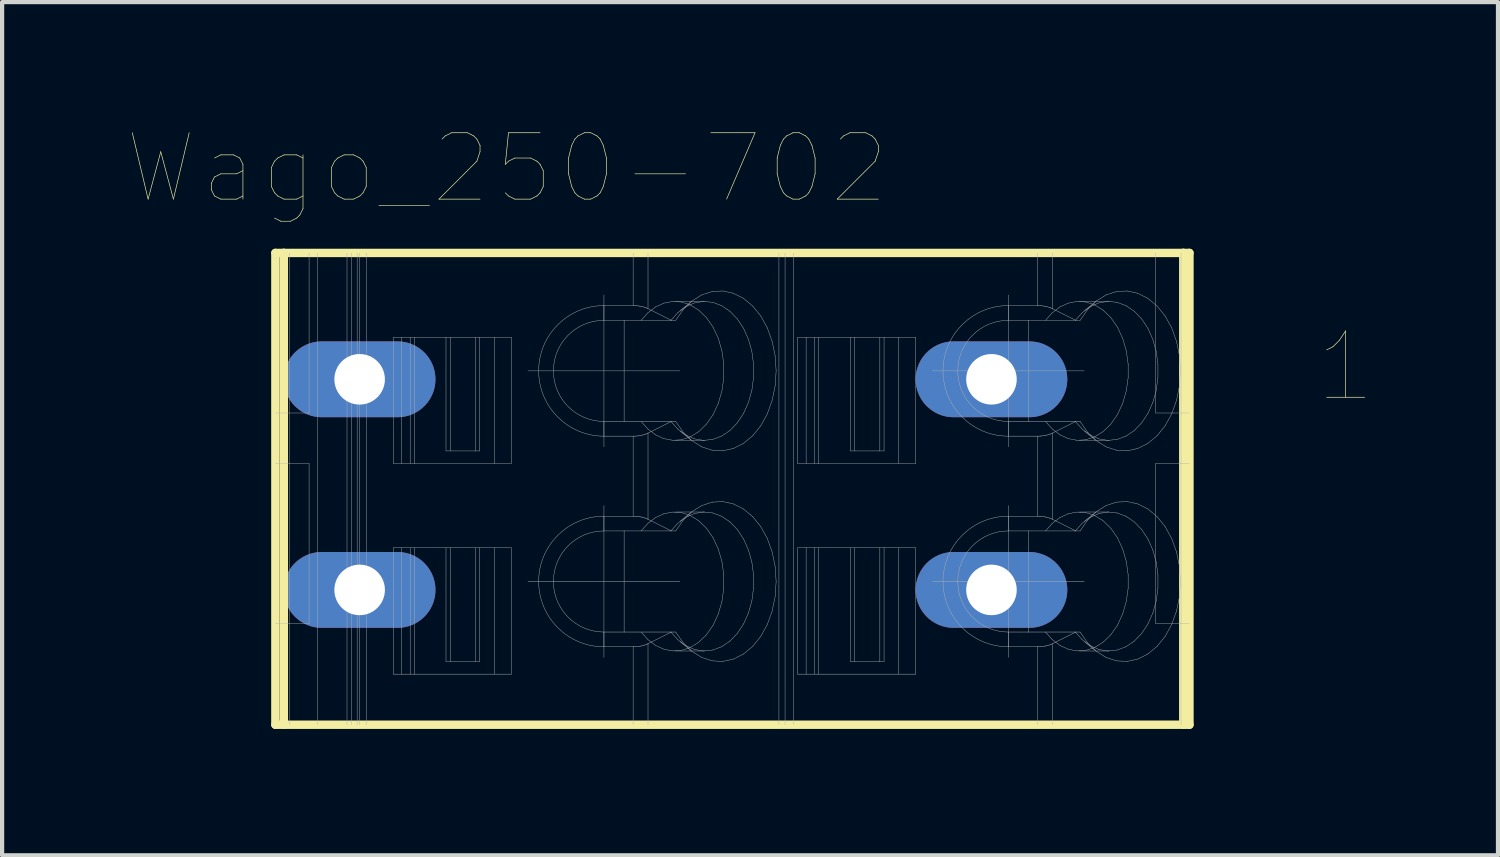
<source format=kicad_pcb>
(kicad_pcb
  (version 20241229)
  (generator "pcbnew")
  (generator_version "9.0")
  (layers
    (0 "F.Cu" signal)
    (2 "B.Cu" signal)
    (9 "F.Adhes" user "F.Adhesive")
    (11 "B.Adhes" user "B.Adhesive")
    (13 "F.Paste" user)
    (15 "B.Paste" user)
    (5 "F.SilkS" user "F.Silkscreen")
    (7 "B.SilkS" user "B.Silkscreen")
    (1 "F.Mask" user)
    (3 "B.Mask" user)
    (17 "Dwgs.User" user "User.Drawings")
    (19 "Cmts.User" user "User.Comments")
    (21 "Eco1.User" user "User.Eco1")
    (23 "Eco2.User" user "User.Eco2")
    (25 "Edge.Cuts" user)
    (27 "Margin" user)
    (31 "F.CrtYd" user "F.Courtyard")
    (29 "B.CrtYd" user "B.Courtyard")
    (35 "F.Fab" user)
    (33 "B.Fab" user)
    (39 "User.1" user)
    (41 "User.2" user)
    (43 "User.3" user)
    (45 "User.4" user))
  (footprint "Wago_250-702"
    (layer "F.Cu")
    (at 14.338 8.555)
    (property "Reference" "Wago_250-702" (at -5.354 -7.606 0) (layer "F.SilkS") (effects (font (size 1.576 1.576) (thickness 0.015))))
    (attr through_hole)
    (fp_line (start -10.85 -5.6) (end -10.85 5.6) (stroke (width 0.2) (type solid)) (layer "F.SilkS"))
    (fp_line (start -10.85 5.6) (end 10.85 5.6) (stroke (width 0.2) (type solid)) (layer "F.SilkS"))
    (fp_line (start -10.65 -5.6) (end -10.85 -5.6) (stroke (width 0.2) (type solid)) (layer "F.SilkS"))
    (fp_line (start -10.65 -5.6) (end -10.65 5.6) (stroke (width 0.2) (type solid)) (layer "F.SilkS"))
    (fp_line (start 10.704 -5.6) (end -10.65 -5.6) (stroke (width 0.2) (type solid)) (layer "F.SilkS"))
    (fp_line (start 10.704 -5.6) (end 10.704 5.6) (stroke (width 0.2) (type solid)) (layer "F.SilkS"))
    (fp_line (start 10.85 -5.6) (end 10.704 -5.6) (stroke (width 0.2) (type solid)) (layer "F.SilkS"))
    (fp_line (start 10.85 -5.6) (end 10.85 5.6) (stroke (width 0.2) (type solid)) (layer "F.SilkS"))
    (fp_line (start -10.85 -1.8) (end -10.05 -1.8) (stroke (width 0.01) (type solid)) (layer "F.Fab"))
    (fp_line (start -10.85 -0.6) (end -10.05 -0.6) (stroke (width 0.01) (type solid)) (layer "F.Fab"))
    (fp_line (start -10.85 3.2) (end -10.05 3.2) (stroke (width 0.01) (type solid)) (layer "F.Fab"))
    (fp_line (start -10.509 -5.6) (end -10.509 5.6) (stroke (width 0.01) (type solid)) (layer "F.Fab"))
    (fp_line (start -10.05 -5.6) (end -10.05 -1.8) (stroke (width 0.01) (type solid)) (layer "F.Fab"))
    (fp_line (start -10.05 3.2) (end -10.05 -0.6) (stroke (width 0.01) (type solid)) (layer "F.Fab"))
    (fp_line (start -9.85 -5.6) (end -9.85 5.6) (stroke (width 0.01) (type solid)) (layer "F.Fab"))
    (fp_line (start -9.15 -5.6) (end -9.15 5.6) (stroke (width 0.01) (type solid)) (layer "F.Fab"))
    (fp_line (start -9.1 -2.975) (end -9.1 -2.225) (stroke (width 0.01) (type solid)) (layer "F.Fab"))
    (fp_line (start -9.1 -2.225) (end -8.6 -2.225) (stroke (width 0.01) (type solid)) (layer "F.Fab"))
    (fp_line (start -9.1 2.025) (end -9.1 2.775) (stroke (width 0.01) (type solid)) (layer "F.Fab"))
    (fp_line (start -9.1 2.775) (end -8.6 2.775) (stroke (width 0.01) (type solid)) (layer "F.Fab"))
    (fp_line (start -9.05 -5.6) (end -9.05 5.6) (stroke (width 0.01) (type solid)) (layer "F.Fab"))
    (fp_line (start -8.909 -5.6) (end -8.909 5.6) (stroke (width 0.01) (type solid)) (layer "F.Fab"))
    (fp_line (start -8.85 -5.6) (end -8.85 5.6) (stroke (width 0.01) (type solid)) (layer "F.Fab"))
    (fp_line (start -8.68 -5.6) (end -8.68 5.6) (stroke (width 0.01) (type solid)) (layer "F.Fab"))
    (fp_line (start -8.6 -2.975) (end -9.1 -2.975) (stroke (width 0.01) (type solid)) (layer "F.Fab"))
    (fp_line (start -8.6 -2.225) (end -8.6 -2.975) (stroke (width 0.01) (type solid)) (layer "F.Fab"))
    (fp_line (start -8.6 2.025) (end -9.1 2.025) (stroke (width 0.01) (type solid)) (layer "F.Fab"))
    (fp_line (start -8.6 2.775) (end -8.6 2.025) (stroke (width 0.01) (type solid)) (layer "F.Fab"))
    (fp_line (start -8.05 -3.6) (end -8.05 -0.6) (stroke (width 0.01) (type solid)) (layer "F.Fab"))
    (fp_line (start -8.05 -3.6) (end -6 -3.6) (stroke (width 0.01) (type solid)) (layer "F.Fab"))
    (fp_line (start -8.05 -0.6) (end -7.55 -0.6) (stroke (width 0.01) (type solid)) (layer "F.Fab"))
    (fp_line (start -8.05 1.4) (end -8.05 4.4) (stroke (width 0.01) (type solid)) (layer "F.Fab"))
    (fp_line (start -8.05 1.4) (end -6 1.4) (stroke (width 0.01) (type solid)) (layer "F.Fab"))
    (fp_line (start -8.05 4.4) (end -7.55 4.4) (stroke (width 0.01) (type solid)) (layer "F.Fab"))
    (fp_line (start -7.85 -3.6) (end -7.85 -0.6) (stroke (width 0.01) (type solid)) (layer "F.Fab"))
    (fp_line (start -7.85 1.4) (end -7.85 4.4) (stroke (width 0.01) (type solid)) (layer "F.Fab"))
    (fp_line (start -7.65 -3.6) (end -7.65 -0.6) (stroke (width 0.01) (type solid)) (layer "F.Fab"))
    (fp_line (start -7.65 1.4) (end -7.65 4.4) (stroke (width 0.01) (type solid)) (layer "F.Fab"))
    (fp_line (start -7.55 -3.6) (end -7.55 -0.6) (stroke (width 0.01) (type solid)) (layer "F.Fab"))
    (fp_line (start -7.55 -0.6) (end -5.25 -0.6) (stroke (width 0.01) (type solid)) (layer "F.Fab"))
    (fp_line (start -7.55 1.4) (end -7.55 4.4) (stroke (width 0.01) (type solid)) (layer "F.Fab"))
    (fp_line (start -7.55 4.4) (end -5.25 4.4) (stroke (width 0.01) (type solid)) (layer "F.Fab"))
    (fp_line (start -6.8 -0.9) (end -6.8 -3.6) (stroke (width 0.01) (type solid)) (layer "F.Fab"))
    (fp_line (start -6.8 4.1) (end -6.8 1.4) (stroke (width 0.01) (type solid)) (layer "F.Fab"))
    (fp_line (start -6.7 -3.6) (end -6.7 -0.9) (stroke (width 0.01) (type solid)) (layer "F.Fab"))
    (fp_line (start -6.7 -0.9) (end -6.8 -0.9) (stroke (width 0.01) (type solid)) (layer "F.Fab"))
    (fp_line (start -6.7 1.4) (end -6.7 4.1) (stroke (width 0.01) (type solid)) (layer "F.Fab"))
    (fp_line (start -6.7 4.1) (end -6.8 4.1) (stroke (width 0.01) (type solid)) (layer "F.Fab"))
    (fp_line (start -6.1 -3.6) (end -6.1 -0.9) (stroke (width 0.01) (type solid)) (layer "F.Fab"))
    (fp_line (start -6.1 -0.9) (end -6.7 -0.9) (stroke (width 0.01) (type solid)) (layer "F.Fab"))
    (fp_line (start -6.1 1.4) (end -6.1 4.1) (stroke (width 0.01) (type solid)) (layer "F.Fab"))
    (fp_line (start -6.1 4.1) (end -6.7 4.1) (stroke (width 0.01) (type solid)) (layer "F.Fab"))
    (fp_line (start -6 -3.6) (end -6 -0.9) (stroke (width 0.01) (type solid)) (layer "F.Fab"))
    (fp_line (start -6 -3.6) (end -5.25 -3.6) (stroke (width 0.01) (type solid)) (layer "F.Fab"))
    (fp_line (start -6 -0.9) (end -6.1 -0.9) (stroke (width 0.01) (type solid)) (layer "F.Fab"))
    (fp_line (start -6 1.4) (end -6 4.1) (stroke (width 0.01) (type solid)) (layer "F.Fab"))
    (fp_line (start -6 1.4) (end -5.25 1.4) (stroke (width 0.01) (type solid)) (layer "F.Fab"))
    (fp_line (start -6 4.1) (end -6.1 4.1) (stroke (width 0.01) (type solid)) (layer "F.Fab"))
    (fp_line (start -5.65 -3.6) (end -5.65 -0.6) (stroke (width 0.01) (type solid)) (layer "F.Fab"))
    (fp_line (start -5.65 1.4) (end -5.65 4.4) (stroke (width 0.01) (type solid)) (layer "F.Fab"))
    (fp_line (start -5.25 -3.6) (end -5.25 -0.6) (stroke (width 0.01) (type solid)) (layer "F.Fab"))
    (fp_line (start -5.25 1.4) (end -5.25 4.4) (stroke (width 0.01) (type solid)) (layer "F.Fab"))
    (fp_line (start -4.852 -2.8) (end -1.248 -2.8) (stroke (width 0.01) (type solid)) (layer "F.Fab"))
    (fp_line (start -4.852 2.2) (end -1.248 2.2) (stroke (width 0.01) (type solid)) (layer "F.Fab"))
    (fp_line (start -3.05 -4.35) (end -3.05 -4) (stroke (width 0.01) (type solid)) (layer "F.Fab"))
    (fp_line (start -3.05 -4.35) (end -2.357 -4.35) (stroke (width 0.01) (type solid)) (layer "F.Fab"))
    (fp_line (start -3.05 -4) (end -2.571 -4) (stroke (width 0.01) (type solid)) (layer "F.Fab"))
    (fp_line (start -3.05 -1.6) (end -2.571 -1.6) (stroke (width 0.01) (type solid)) (layer "F.Fab"))
    (fp_line (start -3.05 -1.25) (end -3.05 -1.6) (stroke (width 0.01) (type solid)) (layer "F.Fab"))
    (fp_line (start -3.05 -0.998) (end -3.05 -4.602) (stroke (width 0.01) (type solid)) (layer "F.Fab"))
    (fp_line (start -3.05 0.65) (end -3.05 1) (stroke (width 0.01) (type solid)) (layer "F.Fab"))
    (fp_line (start -3.05 0.65) (end -2.357 0.65) (stroke (width 0.01) (type solid)) (layer "F.Fab"))
    (fp_line (start -3.05 1) (end -2.571 1) (stroke (width 0.01) (type solid)) (layer "F.Fab"))
    (fp_line (start -3.05 3.4) (end -2.571 3.4) (stroke (width 0.01) (type solid)) (layer "F.Fab"))
    (fp_line (start -3.05 3.75) (end -3.05 3.4) (stroke (width 0.01) (type solid)) (layer "F.Fab"))
    (fp_line (start -3.05 4.002) (end -3.05 0.398) (stroke (width 0.01) (type solid)) (layer "F.Fab"))
    (fp_line (start -2.571 -4) (end -1.46 -4) (stroke (width 0.01) (type solid)) (layer "F.Fab"))
    (fp_line (start -2.571 -1.6) (end -2.571 -4) (stroke (width 0.01) (type solid)) (layer "F.Fab"))
    (fp_line (start -2.571 -1.6) (end -1.46 -1.6) (stroke (width 0.01) (type solid)) (layer "F.Fab"))
    (fp_line (start -2.571 1) (end -1.46 1) (stroke (width 0.01) (type solid)) (layer "F.Fab"))
    (fp_line (start -2.571 3.4) (end -2.571 1) (stroke (width 0.01) (type solid)) (layer "F.Fab"))
    (fp_line (start -2.357 -5.6) (end -2.357 -4.35) (stroke (width 0.01) (type solid)) (layer "F.Fab"))
    (fp_line (start -2.357 -1.25) (end -3.05 -1.25) (stroke (width 0.01) (type solid)) (layer "F.Fab"))
    (fp_line (start -2.357 -1.25) (end -2.357 0.65) (stroke (width 0.01) (type solid)) (layer "F.Fab"))
    (fp_line (start -2.357 -1.25) (end -2.346 -1.25) (stroke (width 0.01) (type solid)) (layer "F.Fab"))
    (fp_line (start -2.357 3.75) (end -3.05 3.75) (stroke (width 0.01) (type solid)) (layer "F.Fab"))
    (fp_line (start -2.357 3.75) (end -2.357 5.6) (stroke (width 0.01) (type solid)) (layer "F.Fab"))
    (fp_line (start -2.357 3.75) (end -2.346 3.75) (stroke (width 0.01) (type solid)) (layer "F.Fab"))
    (fp_line (start -2.346 -4.35) (end -2.357 -4.35) (stroke (width 0.01) (type solid)) (layer "F.Fab"))
    (fp_line (start -2.346 -1.25) (end -2.324 -1.25) (stroke (width 0.01) (type solid)) (layer "F.Fab"))
    (fp_line (start -2.346 0.65) (end -2.357 0.65) (stroke (width 0.01) (type solid)) (layer "F.Fab"))
    (fp_line (start -2.346 3.75) (end -2.324 3.749) (stroke (width 0.01) (type solid)) (layer "F.Fab"))
    (fp_line (start -2.324 -4.349) (end -2.346 -4.35) (stroke (width 0.01) (type solid)) (layer "F.Fab"))
    (fp_line (start -2.324 -1.25) (end -2.303 -1.252) (stroke (width 0.01) (type solid)) (layer "F.Fab"))
    (fp_line (start -2.324 0.65) (end -2.346 0.65) (stroke (width 0.01) (type solid)) (layer "F.Fab"))
    (fp_line (start -2.324 3.749) (end -2.303 3.748) (stroke (width 0.01) (type solid)) (layer "F.Fab"))
    (fp_line (start -2.303 -4.348) (end -2.324 -4.349) (stroke (width 0.01) (type solid)) (layer "F.Fab"))
    (fp_line (start -2.303 -1.252) (end -2.292 -1.252) (stroke (width 0.01) (type solid)) (layer "F.Fab"))
    (fp_line (start -2.303 0.651) (end -2.324 0.65) (stroke (width 0.01) (type solid)) (layer "F.Fab"))
    (fp_line (start -2.303 3.748) (end -2.292 3.748) (stroke (width 0.01) (type solid)) (layer "F.Fab"))
    (fp_line (start -2.292 -4.348) (end -2.303 -4.348) (stroke (width 0.01) (type solid)) (layer "F.Fab"))
    (fp_line (start -2.292 -1.252) (end -2.281 -1.253) (stroke (width 0.01) (type solid)) (layer "F.Fab"))
    (fp_line (start -2.292 0.652) (end -2.303 0.651) (stroke (width 0.01) (type solid)) (layer "F.Fab"))
    (fp_line (start -2.292 3.748) (end -2.281 3.747) (stroke (width 0.01) (type solid)) (layer "F.Fab"))
    (fp_line (start -2.281 -4.347) (end -2.292 -4.348) (stroke (width 0.01) (type solid)) (layer "F.Fab"))
    (fp_line (start -2.281 -1.253) (end -2.26 -1.255) (stroke (width 0.01) (type solid)) (layer "F.Fab"))
    (fp_line (start -2.281 0.653) (end -2.292 0.652) (stroke (width 0.01) (type solid)) (layer "F.Fab"))
    (fp_line (start -2.281 3.747) (end -2.26 3.745) (stroke (width 0.01) (type solid)) (layer "F.Fab"))
    (fp_line (start -2.26 -4.345) (end -2.281 -4.347) (stroke (width 0.01) (type solid)) (layer "F.Fab"))
    (fp_line (start -2.26 -1.255) (end -2.238 -1.257) (stroke (width 0.01) (type solid)) (layer "F.Fab"))
    (fp_line (start -2.26 0.655) (end -2.281 0.653) (stroke (width 0.01) (type solid)) (layer "F.Fab"))
    (fp_line (start -2.26 3.745) (end -2.238 3.743) (stroke (width 0.01) (type solid)) (layer "F.Fab"))
    (fp_line (start -2.238 -4.343) (end -2.26 -4.345) (stroke (width 0.01) (type solid)) (layer "F.Fab"))
    (fp_line (start -2.238 -1.257) (end -2.217 -1.26) (stroke (width 0.01) (type solid)) (layer "F.Fab"))
    (fp_line (start -2.238 0.657) (end -2.26 0.655) (stroke (width 0.01) (type solid)) (layer "F.Fab"))
    (fp_line (start -2.238 3.743) (end -2.217 3.74) (stroke (width 0.01) (type solid)) (layer "F.Fab"))
    (fp_line (start -2.217 -4.34) (end -2.238 -4.343) (stroke (width 0.01) (type solid)) (layer "F.Fab"))
    (fp_line (start -2.217 -1.26) (end -2.196 -1.263) (stroke (width 0.01) (type solid)) (layer "F.Fab"))
    (fp_line (start -2.217 0.66) (end -2.238 0.657) (stroke (width 0.01) (type solid)) (layer "F.Fab"))
    (fp_line (start -2.217 3.74) (end -2.196 3.737) (stroke (width 0.01) (type solid)) (layer "F.Fab"))
    (fp_line (start -2.196 -4.337) (end -2.217 -4.34) (stroke (width 0.01) (type solid)) (layer "F.Fab"))
    (fp_line (start -2.196 -1.263) (end -2.176 -1.267) (stroke (width 0.01) (type solid)) (layer "F.Fab"))
    (fp_line (start -2.196 0.663) (end -2.217 0.66) (stroke (width 0.01) (type solid)) (layer "F.Fab"))
    (fp_line (start -2.196 3.737) (end -2.176 3.733) (stroke (width 0.01) (type solid)) (layer "F.Fab"))
    (fp_line (start -2.176 -4.333) (end -2.196 -4.337) (stroke (width 0.01) (type solid)) (layer "F.Fab"))
    (fp_line (start -2.176 -1.267) (end -2.166 -1.269) (stroke (width 0.01) (type solid)) (layer "F.Fab"))
    (fp_line (start -2.176 0.667) (end -2.196 0.663) (stroke (width 0.01) (type solid)) (layer "F.Fab"))
    (fp_line (start -2.176 3.733) (end -2.166 3.731) (stroke (width 0.01) (type solid)) (layer "F.Fab"))
    (fp_line (start -2.167 -4) (end -2.005 -4.181) (stroke (width 0.01) (type solid)) (layer "F.Fab"))
    (fp_line (start -2.167 1) (end -2.005 0.819) (stroke (width 0.01) (type solid)) (layer "F.Fab"))
    (fp_line (start -2.166 -4.331) (end -2.176 -4.333) (stroke (width 0.01) (type solid)) (layer "F.Fab"))
    (fp_line (start -2.166 -1.269) (end -2.156 -1.271) (stroke (width 0.01) (type solid)) (layer "F.Fab"))
    (fp_line (start -2.166 0.669) (end -2.176 0.667) (stroke (width 0.01) (type solid)) (layer "F.Fab"))
    (fp_line (start -2.166 3.731) (end -2.156 3.729) (stroke (width 0.01) (type solid)) (layer "F.Fab"))
    (fp_line (start -2.156 -4.329) (end -2.166 -4.331) (stroke (width 0.01) (type solid)) (layer "F.Fab"))
    (fp_line (start -2.156 -1.271) (end -2.136 -1.276) (stroke (width 0.01) (type solid)) (layer "F.Fab"))
    (fp_line (start -2.156 0.671) (end -2.166 0.669) (stroke (width 0.01) (type solid)) (layer "F.Fab"))
    (fp_line (start -2.156 3.729) (end -2.136 3.724) (stroke (width 0.01) (type solid)) (layer "F.Fab"))
    (fp_line (start -2.136 -4.324) (end -2.156 -4.329) (stroke (width 0.01) (type solid)) (layer "F.Fab"))
    (fp_line (start -2.136 -1.276) (end -2.117 -1.281) (stroke (width 0.01) (type solid)) (layer "F.Fab"))
    (fp_line (start -2.136 0.676) (end -2.156 0.671) (stroke (width 0.01) (type solid)) (layer "F.Fab"))
    (fp_line (start -2.136 3.724) (end -2.117 3.719) (stroke (width 0.01) (type solid)) (layer "F.Fab"))
    (fp_line (start -2.117 -4.319) (end -2.136 -4.324) (stroke (width 0.01) (type solid)) (layer "F.Fab"))
    (fp_line (start -2.117 -1.281) (end -2.098 -1.286) (stroke (width 0.01) (type solid)) (layer "F.Fab"))
    (fp_line (start -2.117 0.681) (end -2.136 0.676) (stroke (width 0.01) (type solid)) (layer "F.Fab"))
    (fp_line (start -2.117 3.719) (end -2.098 3.714) (stroke (width 0.01) (type solid)) (layer "F.Fab"))
    (fp_line (start -2.098 -4.314) (end -2.117 -4.319) (stroke (width 0.01) (type solid)) (layer "F.Fab"))
    (fp_line (start -2.098 -1.286) (end -2.079 -1.292) (stroke (width 0.01) (type solid)) (layer "F.Fab"))
    (fp_line (start -2.098 0.686) (end -2.117 0.681) (stroke (width 0.01) (type solid)) (layer "F.Fab"))
    (fp_line (start -2.098 3.714) (end -2.079 3.708) (stroke (width 0.01) (type solid)) (layer "F.Fab"))
    (fp_line (start -2.079 -4.308) (end -2.098 -4.314) (stroke (width 0.01) (type solid)) (layer "F.Fab"))
    (fp_line (start -2.079 -1.292) (end -2.062 -1.298) (stroke (width 0.01) (type solid)) (layer "F.Fab"))
    (fp_line (start -2.079 0.692) (end -2.098 0.686) (stroke (width 0.01) (type solid)) (layer "F.Fab"))
    (fp_line (start -2.079 3.708) (end -2.062 3.702) (stroke (width 0.01) (type solid)) (layer "F.Fab"))
    (fp_line (start -2.062 -4.302) (end -2.079 -4.308) (stroke (width 0.01) (type solid)) (layer "F.Fab"))
    (fp_line (start -2.062 -1.298) (end -2.053 -1.302) (stroke (width 0.01) (type solid)) (layer "F.Fab"))
    (fp_line (start -2.062 0.698) (end -2.079 0.692) (stroke (width 0.01) (type solid)) (layer "F.Fab"))
    (fp_line (start -2.062 3.702) (end -2.053 3.698) (stroke (width 0.01) (type solid)) (layer "F.Fab"))
    (fp_line (start -2.053 -4.298) (end -2.062 -4.302) (stroke (width 0.01) (type solid)) (layer "F.Fab"))
    (fp_line (start -2.053 -1.302) (end -2.044 -1.305) (stroke (width 0.01) (type solid)) (layer "F.Fab"))
    (fp_line (start -2.053 0.702) (end -2.062 0.698) (stroke (width 0.01) (type solid)) (layer "F.Fab"))
    (fp_line (start -2.053 3.698) (end -2.044 3.695) (stroke (width 0.01) (type solid)) (layer "F.Fab"))
    (fp_line (start -2.044 -4.295) (end -2.053 -4.298) (stroke (width 0.01) (type solid)) (layer "F.Fab"))
    (fp_line (start -2.044 -1.305) (end -2.027 -1.312) (stroke (width 0.01) (type solid)) (layer "F.Fab"))
    (fp_line (start -2.044 0.705) (end -2.053 0.702) (stroke (width 0.01) (type solid)) (layer "F.Fab"))
    (fp_line (start -2.044 3.695) (end -2.027 3.688) (stroke (width 0.01) (type solid)) (layer "F.Fab"))
    (fp_line (start -2.027 -4.288) (end -2.044 -4.295) (stroke (width 0.01) (type solid)) (layer "F.Fab"))
    (fp_line (start -2.027 -1.312) (end -2.011 -1.319) (stroke (width 0.01) (type solid)) (layer "F.Fab"))
    (fp_line (start -2.027 0.712) (end -2.044 0.705) (stroke (width 0.01) (type solid)) (layer "F.Fab"))
    (fp_line (start -2.027 3.688) (end -2.011 3.681) (stroke (width 0.01) (type solid)) (layer "F.Fab"))
    (fp_line (start -2.011 -4.281) (end -2.027 -4.288) (stroke (width 0.01) (type solid)) (layer "F.Fab"))
    (fp_line (start -2.011 -1.319) (end -2.004 -1.323) (stroke (width 0.01) (type solid)) (layer "F.Fab"))
    (fp_line (start -2.011 0.719) (end -2.027 0.712) (stroke (width 0.01) (type solid)) (layer "F.Fab"))
    (fp_line (start -2.011 3.681) (end -2.004 3.677) (stroke (width 0.01) (type solid)) (layer "F.Fab"))
    (fp_line (start -2.005 -4.181) (end -1.823 -4.319) (stroke (width 0.01) (type solid)) (layer "F.Fab"))
    (fp_line (start -2.005 -1.419) (end -2.167 -1.6) (stroke (width 0.01) (type solid)) (layer "F.Fab"))
    (fp_line (start -2.005 0.819) (end -1.823 0.681) (stroke (width 0.01) (type solid)) (layer "F.Fab"))
    (fp_line (start -2.005 3.581) (end -2.167 3.4) (stroke (width 0.01) (type solid)) (layer "F.Fab"))
    (fp_line (start -2.004 -5.6) (end -2.004 -4.277) (stroke (width 0.01) (type solid)) (layer "F.Fab"))
    (fp_line (start -2.004 -4.277) (end -2.011 -4.281) (stroke (width 0.01) (type solid)) (layer "F.Fab"))
    (fp_line (start -2.004 -4.277) (end -1.45 -4) (stroke (width 0.01) (type solid)) (layer "F.Fab"))
    (fp_line (start -2.004 -1.323) (end -2.004 0.723) (stroke (width 0.01) (type solid)) (layer "F.Fab"))
    (fp_line (start -2.004 0.723) (end -2.011 0.719) (stroke (width 0.01) (type solid)) (layer "F.Fab"))
    (fp_line (start -2.004 0.723) (end -1.45 1) (stroke (width 0.01) (type solid)) (layer "F.Fab"))
    (fp_line (start -2.004 3.677) (end -2.004 5.6) (stroke (width 0.01) (type solid)) (layer "F.Fab"))
    (fp_line (start -1.823 -4.319) (end -1.626 -4.409) (stroke (width 0.01) (type solid)) (layer "F.Fab"))
    (fp_line (start -1.823 -1.281) (end -2.005 -1.419) (stroke (width 0.01) (type solid)) (layer "F.Fab"))
    (fp_line (start -1.823 0.681) (end -1.626 0.591) (stroke (width 0.01) (type solid)) (layer "F.Fab"))
    (fp_line (start -1.823 3.719) (end -2.005 3.581) (stroke (width 0.01) (type solid)) (layer "F.Fab"))
    (fp_line (start -1.626 -4.409) (end -1.421 -4.448) (stroke (width 0.01) (type solid)) (layer "F.Fab"))
    (fp_line (start -1.626 -1.191) (end -1.823 -1.281) (stroke (width 0.01) (type solid)) (layer "F.Fab"))
    (fp_line (start -1.626 0.591) (end -1.421 0.552) (stroke (width 0.01) (type solid)) (layer "F.Fab"))
    (fp_line (start -1.626 3.809) (end -1.823 3.719) (stroke (width 0.01) (type solid)) (layer "F.Fab"))
    (fp_line (start -1.46 -4) (end -1.45 -4) (stroke (width 0.01) (type solid)) (layer "F.Fab"))
    (fp_line (start -1.46 -4) (end -1.295 -4.183) (stroke (width 0.01) (type solid)) (layer "F.Fab"))
    (fp_line (start -1.46 1) (end -1.347 1) (stroke (width 0.01) (type solid)) (layer "F.Fab"))
    (fp_line (start -1.46 1) (end -1.295 0.817) (stroke (width 0.01) (type solid)) (layer "F.Fab"))
    (fp_line (start -1.46 3.4) (end -2.571 3.4) (stroke (width 0.01) (type solid)) (layer "F.Fab"))
    (fp_line (start -1.45 -4) (end -1.347 -4) (stroke (width 0.01) (type solid)) (layer "F.Fab"))
    (fp_line (start -1.45 -1.6) (end -2.004 -1.323) (stroke (width 0.01) (type solid)) (layer "F.Fab"))
    (fp_line (start -1.45 -1.6) (end -1.46 -1.6) (stroke (width 0.01) (type solid)) (layer "F.Fab"))
    (fp_line (start -1.45 3.4) (end -2.004 3.677) (stroke (width 0.01) (type solid)) (layer "F.Fab"))
    (fp_line (start -1.421 -4.448) (end -1.215 -4.436) (stroke (width 0.01) (type solid)) (layer "F.Fab"))
    (fp_line (start -1.421 -1.152) (end -1.626 -1.191) (stroke (width 0.01) (type solid)) (layer "F.Fab"))
    (fp_line (start -1.421 0.552) (end -1.215 0.564) (stroke (width 0.01) (type solid)) (layer "F.Fab"))
    (fp_line (start -1.421 3.848) (end -1.626 3.809) (stroke (width 0.01) (type solid)) (layer "F.Fab"))
    (fp_line (start -1.366 -1.15) (end -0.659 -1.15) (stroke (width 0.01) (type solid)) (layer "F.Fab"))
    (fp_line (start -1.366 3.85) (end -0.659 3.85) (stroke (width 0.01) (type solid)) (layer "F.Fab"))
    (fp_line (start -1.347 -4) (end -1.169 -4.255) (stroke (width 0.01) (type solid)) (layer "F.Fab"))
    (fp_line (start -1.347 -1.6) (end -1.45 -1.6) (stroke (width 0.01) (type solid)) (layer "F.Fab"))
    (fp_line (start -1.347 1) (end -1.169 0.745) (stroke (width 0.01) (type solid)) (layer "F.Fab"))
    (fp_line (start -1.347 3.4) (end -1.46 3.4) (stroke (width 0.01) (type solid)) (layer "F.Fab"))
    (fp_line (start -1.295 -4.183) (end -1.11 -4.322) (stroke (width 0.01) (type solid)) (layer "F.Fab"))
    (fp_line (start -1.295 -1.417) (end -1.46 -1.6) (stroke (width 0.01) (type solid)) (layer "F.Fab"))
    (fp_line (start -1.295 0.817) (end -1.11 0.678) (stroke (width 0.01) (type solid)) (layer "F.Fab"))
    (fp_line (start -1.295 3.583) (end -1.46 3.4) (stroke (width 0.01) (type solid)) (layer "F.Fab"))
    (fp_line (start -1.243 -1.371) (end -0.977 -1.155) (stroke (width 0.01) (type solid)) (layer "F.Fab"))
    (fp_line (start -1.243 3.629) (end -0.977 3.845) (stroke (width 0.01) (type solid)) (layer "F.Fab"))
    (fp_line (start -1.215 -4.436) (end -1.013 -4.372) (stroke (width 0.01) (type solid)) (layer "F.Fab"))
    (fp_line (start -1.215 -1.164) (end -1.421 -1.152) (stroke (width 0.01) (type solid)) (layer "F.Fab"))
    (fp_line (start -1.215 0.564) (end -1.013 0.627) (stroke (width 0.01) (type solid)) (layer "F.Fab"))
    (fp_line (start -1.215 3.836) (end -1.421 3.848) (stroke (width 0.01) (type solid)) (layer "F.Fab"))
    (fp_line (start -1.169 -4.255) (end -0.96 -4.459) (stroke (width 0.01) (type solid)) (layer "F.Fab"))
    (fp_line (start -1.169 -1.345) (end -1.347 -1.6) (stroke (width 0.01) (type solid)) (layer "F.Fab"))
    (fp_line (start -1.169 0.745) (end -0.96 0.541) (stroke (width 0.01) (type solid)) (layer "F.Fab"))
    (fp_line (start -1.169 3.655) (end -1.347 3.4) (stroke (width 0.01) (type solid)) (layer "F.Fab"))
    (fp_line (start -1.11 -4.322) (end -0.901 -4.414) (stroke (width 0.01) (type solid)) (layer "F.Fab"))
    (fp_line (start -1.11 -1.278) (end -1.295 -1.417) (stroke (width 0.01) (type solid)) (layer "F.Fab"))
    (fp_line (start -1.11 0.678) (end -0.901 0.586) (stroke (width 0.01) (type solid)) (layer "F.Fab"))
    (fp_line (start -1.11 3.722) (end -1.295 3.583) (stroke (width 0.01) (type solid)) (layer "F.Fab"))
    (fp_line (start -1.013 -4.372) (end -0.805 -4.246) (stroke (width 0.01) (type solid)) (layer "F.Fab"))
    (fp_line (start -1.013 -1.228) (end -1.215 -1.164) (stroke (width 0.01) (type solid)) (layer "F.Fab"))
    (fp_line (start -1.013 0.627) (end -0.805 0.754) (stroke (width 0.01) (type solid)) (layer "F.Fab"))
    (fp_line (start -1.013 3.772) (end -1.215 3.836) (stroke (width 0.01) (type solid)) (layer "F.Fab"))
    (fp_line (start -0.977 -4.445) (end -1.243 -4.229) (stroke (width 0.01) (type solid)) (layer "F.Fab"))
    (fp_line (start -0.977 0.555) (end -1.243 0.771) (stroke (width 0.01) (type solid)) (layer "F.Fab"))
    (fp_line (start -0.96 -4.459) (end -0.728 -4.604) (stroke (width 0.01) (type solid)) (layer "F.Fab"))
    (fp_line (start -0.96 -1.141) (end -1.169 -1.345) (stroke (width 0.01) (type solid)) (layer "F.Fab"))
    (fp_line (start -0.96 0.541) (end -0.728 0.396) (stroke (width 0.01) (type solid)) (layer "F.Fab"))
    (fp_line (start -0.96 3.859) (end -1.169 3.655) (stroke (width 0.01) (type solid)) (layer "F.Fab"))
    (fp_line (start -0.901 -4.414) (end -0.684 -4.45) (stroke (width 0.01) (type solid)) (layer "F.Fab"))
    (fp_line (start -0.901 -1.186) (end -1.11 -1.278) (stroke (width 0.01) (type solid)) (layer "F.Fab"))
    (fp_line (start -0.901 0.586) (end -0.684 0.55) (stroke (width 0.01) (type solid)) (layer "F.Fab"))
    (fp_line (start -0.901 3.814) (end -1.11 3.722) (stroke (width 0.01) (type solid)) (layer "F.Fab"))
    (fp_line (start -0.805 -4.246) (end -0.618 -4.066) (stroke (width 0.01) (type solid)) (layer "F.Fab"))
    (fp_line (start -0.805 -1.354) (end -1.013 -1.228) (stroke (width 0.01) (type solid)) (layer "F.Fab"))
    (fp_line (start -0.805 0.754) (end -0.618 0.934) (stroke (width 0.01) (type solid)) (layer "F.Fab"))
    (fp_line (start -0.805 3.646) (end -1.013 3.772) (stroke (width 0.01) (type solid)) (layer "F.Fab"))
    (fp_line (start -0.728 -4.604) (end -0.481 -4.684) (stroke (width 0.01) (type solid)) (layer "F.Fab"))
    (fp_line (start -0.728 -0.996) (end -0.96 -1.141) (stroke (width 0.01) (type solid)) (layer "F.Fab"))
    (fp_line (start -0.728 0.396) (end -0.481 0.316) (stroke (width 0.01) (type solid)) (layer "F.Fab"))
    (fp_line (start -0.728 4.004) (end -0.96 3.859) (stroke (width 0.01) (type solid)) (layer "F.Fab"))
    (fp_line (start -0.684 -4.45) (end -0.467 -4.427) (stroke (width 0.01) (type solid)) (layer "F.Fab"))
    (fp_line (start -0.684 -1.15) (end -0.901 -1.186) (stroke (width 0.01) (type solid)) (layer "F.Fab"))
    (fp_line (start -0.684 0.55) (end -0.467 0.573) (stroke (width 0.01) (type solid)) (layer "F.Fab"))
    (fp_line (start -0.684 3.85) (end -0.901 3.814) (stroke (width 0.01) (type solid)) (layer "F.Fab"))
    (fp_line (start -0.659 -4.45) (end -1.366 -4.45) (stroke (width 0.01) (type solid)) (layer "F.Fab"))
    (fp_line (start -0.659 0.55) (end -1.366 0.55) (stroke (width 0.01) (type solid)) (layer "F.Fab"))
    (fp_line (start -0.618 -4.066) (end -0.459 -3.838) (stroke (width 0.01) (type solid)) (layer "F.Fab"))
    (fp_line (start -0.618 -1.534) (end -0.805 -1.354) (stroke (width 0.01) (type solid)) (layer "F.Fab"))
    (fp_line (start -0.618 0.934) (end -0.459 1.162) (stroke (width 0.01) (type solid)) (layer "F.Fab"))
    (fp_line (start -0.618 3.466) (end -0.805 3.646) (stroke (width 0.01) (type solid)) (layer "F.Fab"))
    (fp_line (start -0.481 -4.684) (end -0.228 -4.697) (stroke (width 0.01) (type solid)) (layer "F.Fab"))
    (fp_line (start -0.481 -0.916) (end -0.728 -0.996) (stroke (width 0.01) (type solid)) (layer "F.Fab"))
    (fp_line (start -0.481 0.316) (end -0.228 0.303) (stroke (width 0.01) (type solid)) (layer "F.Fab"))
    (fp_line (start -0.481 4.084) (end -0.728 4.004) (stroke (width 0.01) (type solid)) (layer "F.Fab"))
    (fp_line (start -0.467 -4.427) (end -0.256 -4.348) (stroke (width 0.01) (type solid)) (layer "F.Fab"))
    (fp_line (start -0.467 -1.173) (end -0.684 -1.15) (stroke (width 0.01) (type solid)) (layer "F.Fab"))
    (fp_line (start -0.467 0.573) (end -0.256 0.652) (stroke (width 0.01) (type solid)) (layer "F.Fab"))
    (fp_line (start -0.467 3.827) (end -0.684 3.85) (stroke (width 0.01) (type solid)) (layer "F.Fab"))
    (fp_line (start -0.459 -3.838) (end -0.335 -3.57) (stroke (width 0.01) (type solid)) (layer "F.Fab"))
    (fp_line (start -0.459 -1.762) (end -0.618 -1.534) (stroke (width 0.01) (type solid)) (layer "F.Fab"))
    (fp_line (start -0.459 1.162) (end -0.335 1.43) (stroke (width 0.01) (type solid)) (layer "F.Fab"))
    (fp_line (start -0.459 3.238) (end -0.618 3.466) (stroke (width 0.01) (type solid)) (layer "F.Fab"))
    (fp_line (start -0.335 -3.57) (end -0.249 -3.274) (stroke (width 0.01) (type solid)) (layer "F.Fab"))
    (fp_line (start -0.335 -2.03) (end -0.459 -1.762) (stroke (width 0.01) (type solid)) (layer "F.Fab"))
    (fp_line (start -0.335 1.43) (end -0.249 1.726) (stroke (width 0.01) (type solid)) (layer "F.Fab"))
    (fp_line (start -0.335 2.97) (end -0.459 3.238) (stroke (width 0.01) (type solid)) (layer "F.Fab"))
    (fp_line (start -0.256 -4.348) (end -0.059 -4.215) (stroke (width 0.01) (type solid)) (layer "F.Fab"))
    (fp_line (start -0.256 -1.252) (end -0.467 -1.173) (stroke (width 0.01) (type solid)) (layer "F.Fab"))
    (fp_line (start -0.256 0.652) (end -0.059 0.785) (stroke (width 0.01) (type solid)) (layer "F.Fab"))
    (fp_line (start -0.256 3.748) (end -0.467 3.827) (stroke (width 0.01) (type solid)) (layer "F.Fab"))
    (fp_line (start -0.249 -3.274) (end -0.205 -2.96) (stroke (width 0.01) (type solid)) (layer "F.Fab"))
    (fp_line (start -0.249 -2.326) (end -0.335 -2.03) (stroke (width 0.01) (type solid)) (layer "F.Fab"))
    (fp_line (start -0.249 1.726) (end -0.205 2.04) (stroke (width 0.01) (type solid)) (layer "F.Fab"))
    (fp_line (start -0.249 2.674) (end -0.335 2.97) (stroke (width 0.01) (type solid)) (layer "F.Fab"))
    (fp_line (start -0.228 -4.697) (end 0.023 -4.642) (stroke (width 0.01) (type solid)) (layer "F.Fab"))
    (fp_line (start -0.228 -0.903) (end -0.481 -0.916) (stroke (width 0.01) (type solid)) (layer "F.Fab"))
    (fp_line (start -0.228 0.303) (end 0.023 0.358) (stroke (width 0.01) (type solid)) (layer "F.Fab"))
    (fp_line (start -0.228 4.097) (end -0.481 4.084) (stroke (width 0.01) (type solid)) (layer "F.Fab"))
    (fp_line (start -0.205 -2.96) (end -0.205 -2.64) (stroke (width 0.01) (type solid)) (layer "F.Fab"))
    (fp_line (start -0.205 -2.64) (end -0.249 -2.326) (stroke (width 0.01) (type solid)) (layer "F.Fab"))
    (fp_line (start -0.205 2.04) (end -0.205 2.36) (stroke (width 0.01) (type solid)) (layer "F.Fab"))
    (fp_line (start -0.205 2.36) (end -0.249 2.674) (stroke (width 0.01) (type solid)) (layer "F.Fab"))
    (fp_line (start -0.059 -4.215) (end 0.117 -4.032) (stroke (width 0.01) (type solid)) (layer "F.Fab"))
    (fp_line (start -0.059 -1.385) (end -0.256 -1.252) (stroke (width 0.01) (type solid)) (layer "F.Fab"))
    (fp_line (start -0.059 0.785) (end 0.117 0.968) (stroke (width 0.01) (type solid)) (layer "F.Fab"))
    (fp_line (start -0.059 3.615) (end -0.256 3.748) (stroke (width 0.01) (type solid)) (layer "F.Fab"))
    (fp_line (start 0.023 -4.642) (end 0.262 -4.522) (stroke (width 0.01) (type solid)) (layer "F.Fab"))
    (fp_line (start 0.023 -0.958) (end -0.228 -0.903) (stroke (width 0.01) (type solid)) (layer "F.Fab"))
    (fp_line (start 0.023 0.358) (end 0.262 0.478) (stroke (width 0.01) (type solid)) (layer "F.Fab"))
    (fp_line (start 0.023 4.042) (end -0.228 4.097) (stroke (width 0.01) (type solid)) (layer "F.Fab"))
    (fp_line (start 0.117 -4.032) (end 0.266 -3.806) (stroke (width 0.01) (type solid)) (layer "F.Fab"))
    (fp_line (start 0.117 -1.568) (end -0.059 -1.385) (stroke (width 0.01) (type solid)) (layer "F.Fab"))
    (fp_line (start 0.117 0.968) (end 0.266 1.194) (stroke (width 0.01) (type solid)) (layer "F.Fab"))
    (fp_line (start 0.117 3.432) (end -0.059 3.615) (stroke (width 0.01) (type solid)) (layer "F.Fab"))
    (fp_line (start 0.262 -4.522) (end 0.481 -4.34) (stroke (width 0.01) (type solid)) (layer "F.Fab"))
    (fp_line (start 0.262 -1.078) (end 0.023 -0.958) (stroke (width 0.01) (type solid)) (layer "F.Fab"))
    (fp_line (start 0.262 0.478) (end 0.481 0.66) (stroke (width 0.01) (type solid)) (layer "F.Fab"))
    (fp_line (start 0.262 3.922) (end 0.023 4.042) (stroke (width 0.01) (type solid)) (layer "F.Fab"))
    (fp_line (start 0.266 -3.806) (end 0.382 -3.545) (stroke (width 0.01) (type solid)) (layer "F.Fab"))
    (fp_line (start 0.266 -1.794) (end 0.117 -1.568) (stroke (width 0.01) (type solid)) (layer "F.Fab"))
    (fp_line (start 0.266 1.194) (end 0.382 1.455) (stroke (width 0.01) (type solid)) (layer "F.Fab"))
    (fp_line (start 0.266 3.206) (end 0.117 3.432) (stroke (width 0.01) (type solid)) (layer "F.Fab"))
    (fp_line (start 0.382 -3.545) (end 0.462 -3.258) (stroke (width 0.01) (type solid)) (layer "F.Fab"))
    (fp_line (start 0.382 -2.055) (end 0.266 -1.794) (stroke (width 0.01) (type solid)) (layer "F.Fab"))
    (fp_line (start 0.382 1.455) (end 0.462 1.742) (stroke (width 0.01) (type solid)) (layer "F.Fab"))
    (fp_line (start 0.382 2.945) (end 0.266 3.206) (stroke (width 0.01) (type solid)) (layer "F.Fab"))
    (fp_line (start 0.462 -3.258) (end 0.502 -2.954) (stroke (width 0.01) (type solid)) (layer "F.Fab"))
    (fp_line (start 0.462 -2.342) (end 0.382 -2.055) (stroke (width 0.01) (type solid)) (layer "F.Fab"))
    (fp_line (start 0.462 1.742) (end 0.502 2.046) (stroke (width 0.01) (type solid)) (layer "F.Fab"))
    (fp_line (start 0.462 2.658) (end 0.382 2.945) (stroke (width 0.01) (type solid)) (layer "F.Fab"))
    (fp_line (start 0.481 -4.34) (end 0.672 -4.104) (stroke (width 0.01) (type solid)) (layer "F.Fab"))
    (fp_line (start 0.481 -1.26) (end 0.262 -1.078) (stroke (width 0.01) (type solid)) (layer "F.Fab"))
    (fp_line (start 0.481 0.66) (end 0.672 0.896) (stroke (width 0.01) (type solid)) (layer "F.Fab"))
    (fp_line (start 0.481 3.74) (end 0.262 3.922) (stroke (width 0.01) (type solid)) (layer "F.Fab"))
    (fp_line (start 0.502 -2.954) (end 0.502 -2.646) (stroke (width 0.01) (type solid)) (layer "F.Fab"))
    (fp_line (start 0.502 -2.646) (end 0.462 -2.342) (stroke (width 0.01) (type solid)) (layer "F.Fab"))
    (fp_line (start 0.502 2.046) (end 0.502 2.354) (stroke (width 0.01) (type solid)) (layer "F.Fab"))
    (fp_line (start 0.502 2.354) (end 0.462 2.658) (stroke (width 0.01) (type solid)) (layer "F.Fab"))
    (fp_line (start 0.672 -4.104) (end 0.828 -3.821) (stroke (width 0.01) (type solid)) (layer "F.Fab"))
    (fp_line (start 0.672 -1.496) (end 0.481 -1.26) (stroke (width 0.01) (type solid)) (layer "F.Fab"))
    (fp_line (start 0.672 0.896) (end 0.828 1.179) (stroke (width 0.01) (type solid)) (layer "F.Fab"))
    (fp_line (start 0.672 3.504) (end 0.481 3.74) (stroke (width 0.01) (type solid)) (layer "F.Fab"))
    (fp_line (start 0.828 -3.821) (end 0.943 -3.502) (stroke (width 0.01) (type solid)) (layer "F.Fab"))
    (fp_line (start 0.828 -1.779) (end 0.672 -1.496) (stroke (width 0.01) (type solid)) (layer "F.Fab"))
    (fp_line (start 0.828 1.179) (end 0.943 1.498) (stroke (width 0.01) (type solid)) (layer "F.Fab"))
    (fp_line (start 0.828 3.221) (end 0.672 3.504) (stroke (width 0.01) (type solid)) (layer "F.Fab"))
    (fp_line (start 0.943 -3.502) (end 1.014 -3.157) (stroke (width 0.01) (type solid)) (layer "F.Fab"))
    (fp_line (start 0.943 -2.099) (end 0.828 -1.779) (stroke (width 0.01) (type solid)) (layer "F.Fab"))
    (fp_line (start 0.943 1.498) (end 1.014 1.843) (stroke (width 0.01) (type solid)) (layer "F.Fab"))
    (fp_line (start 0.943 2.901) (end 0.828 3.221) (stroke (width 0.01) (type solid)) (layer "F.Fab"))
    (fp_line (start 1.014 -3.157) (end 1.038 -2.8) (stroke (width 0.01) (type solid)) (layer "F.Fab"))
    (fp_line (start 1.014 -2.443) (end 0.943 -2.099) (stroke (width 0.01) (type solid)) (layer "F.Fab"))
    (fp_line (start 1.014 1.843) (end 1.038 2.2) (stroke (width 0.01) (type solid)) (layer "F.Fab"))
    (fp_line (start 1.014 2.557) (end 0.943 2.901) (stroke (width 0.01) (type solid)) (layer "F.Fab"))
    (fp_line (start 1.038 -2.8) (end 1.014 -2.443) (stroke (width 0.01) (type solid)) (layer "F.Fab"))
    (fp_line (start 1.038 2.2) (end 1.014 2.557) (stroke (width 0.01) (type solid)) (layer "F.Fab"))
    (fp_line (start 1.104 -5.6) (end 1.104 5.6) (stroke (width 0.01) (type solid)) (layer "F.Fab"))
    (fp_line (start 1.25 -5.6) (end 1.25 5.6) (stroke (width 0.01) (type solid)) (layer "F.Fab"))
    (fp_line (start 1.45 -5.6) (end 1.45 5.6) (stroke (width 0.01) (type solid)) (layer "F.Fab"))
    (fp_line (start 1.55 -3.6) (end 1.55 -0.6) (stroke (width 0.01) (type solid)) (layer "F.Fab"))
    (fp_line (start 1.55 -3.6) (end 3.6 -3.6) (stroke (width 0.01) (type solid)) (layer "F.Fab"))
    (fp_line (start 1.55 -0.6) (end 2.05 -0.6) (stroke (width 0.01) (type solid)) (layer "F.Fab"))
    (fp_line (start 1.55 1.4) (end 1.55 4.4) (stroke (width 0.01) (type solid)) (layer "F.Fab"))
    (fp_line (start 1.55 1.4) (end 3.6 1.4) (stroke (width 0.01) (type solid)) (layer "F.Fab"))
    (fp_line (start 1.55 4.4) (end 2.05 4.4) (stroke (width 0.01) (type solid)) (layer "F.Fab"))
    (fp_line (start 1.75 -3.6) (end 1.75 -0.6) (stroke (width 0.01) (type solid)) (layer "F.Fab"))
    (fp_line (start 1.75 1.4) (end 1.75 4.4) (stroke (width 0.01) (type solid)) (layer "F.Fab"))
    (fp_line (start 1.95 -3.6) (end 1.95 -0.6) (stroke (width 0.01) (type solid)) (layer "F.Fab"))
    (fp_line (start 1.95 1.4) (end 1.95 4.4) (stroke (width 0.01) (type solid)) (layer "F.Fab"))
    (fp_line (start 2.05 -3.6) (end 2.05 -0.6) (stroke (width 0.01) (type solid)) (layer "F.Fab"))
    (fp_line (start 2.05 -0.6) (end 4.35 -0.6) (stroke (width 0.01) (type solid)) (layer "F.Fab"))
    (fp_line (start 2.05 1.4) (end 2.05 4.4) (stroke (width 0.01) (type solid)) (layer "F.Fab"))
    (fp_line (start 2.05 4.4) (end 4.35 4.4) (stroke (width 0.01) (type solid)) (layer "F.Fab"))
    (fp_line (start 2.8 -0.9) (end 2.8 -3.6) (stroke (width 0.01) (type solid)) (layer "F.Fab"))
    (fp_line (start 2.8 4.1) (end 2.8 1.4) (stroke (width 0.01) (type solid)) (layer "F.Fab"))
    (fp_line (start 2.9 -3.6) (end 2.9 -0.9) (stroke (width 0.01) (type solid)) (layer "F.Fab"))
    (fp_line (start 2.9 -0.9) (end 2.8 -0.9) (stroke (width 0.01) (type solid)) (layer "F.Fab"))
    (fp_line (start 2.9 1.4) (end 2.9 4.1) (stroke (width 0.01) (type solid)) (layer "F.Fab"))
    (fp_line (start 2.9 4.1) (end 2.8 4.1) (stroke (width 0.01) (type solid)) (layer "F.Fab"))
    (fp_line (start 3.5 -3.6) (end 3.5 -0.9) (stroke (width 0.01) (type solid)) (layer "F.Fab"))
    (fp_line (start 3.5 -0.9) (end 2.9 -0.9) (stroke (width 0.01) (type solid)) (layer "F.Fab"))
    (fp_line (start 3.5 1.4) (end 3.5 4.1) (stroke (width 0.01) (type solid)) (layer "F.Fab"))
    (fp_line (start 3.5 4.1) (end 2.9 4.1) (stroke (width 0.01) (type solid)) (layer "F.Fab"))
    (fp_line (start 3.6 -3.6) (end 3.6 -0.9) (stroke (width 0.01) (type solid)) (layer "F.Fab"))
    (fp_line (start 3.6 -3.6) (end 4.35 -3.6) (stroke (width 0.01) (type solid)) (layer "F.Fab"))
    (fp_line (start 3.6 -0.9) (end 3.5 -0.9) (stroke (width 0.01) (type solid)) (layer "F.Fab"))
    (fp_line (start 3.6 1.4) (end 3.6 4.1) (stroke (width 0.01) (type solid)) (layer "F.Fab"))
    (fp_line (start 3.6 1.4) (end 4.35 1.4) (stroke (width 0.01) (type solid)) (layer "F.Fab"))
    (fp_line (start 3.6 4.1) (end 3.5 4.1) (stroke (width 0.01) (type solid)) (layer "F.Fab"))
    (fp_line (start 3.95 -3.6) (end 3.95 -0.6) (stroke (width 0.01) (type solid)) (layer "F.Fab"))
    (fp_line (start 3.95 1.4) (end 3.95 4.4) (stroke (width 0.01) (type solid)) (layer "F.Fab"))
    (fp_line (start 4.35 -3.6) (end 4.35 -0.6) (stroke (width 0.01) (type solid)) (layer "F.Fab"))
    (fp_line (start 4.35 1.4) (end 4.35 4.4) (stroke (width 0.01) (type solid)) (layer "F.Fab"))
    (fp_line (start 4.748 -2.8) (end 8.352 -2.8) (stroke (width 0.01) (type solid)) (layer "F.Fab"))
    (fp_line (start 4.748 2.2) (end 8.352 2.2) (stroke (width 0.01) (type solid)) (layer "F.Fab"))
    (fp_line (start 5.9 -2.975) (end 5.9 -2.225) (stroke (width 0.01) (type solid)) (layer "F.Fab"))
    (fp_line (start 5.9 -2.225) (end 6.4 -2.225) (stroke (width 0.01) (type solid)) (layer "F.Fab"))
    (fp_line (start 5.9 2.025) (end 5.9 2.775) (stroke (width 0.01) (type solid)) (layer "F.Fab"))
    (fp_line (start 5.9 2.775) (end 6.4 2.775) (stroke (width 0.01) (type solid)) (layer "F.Fab"))
    (fp_line (start 6.4 -2.975) (end 5.9 -2.975) (stroke (width 0.01) (type solid)) (layer "F.Fab"))
    (fp_line (start 6.4 -2.225) (end 6.4 -2.975) (stroke (width 0.01) (type solid)) (layer "F.Fab"))
    (fp_line (start 6.4 2.025) (end 5.9 2.025) (stroke (width 0.01) (type solid)) (layer "F.Fab"))
    (fp_line (start 6.4 2.775) (end 6.4 2.025) (stroke (width 0.01) (type solid)) (layer "F.Fab"))
    (fp_line (start 6.55 -4.35) (end 6.55 -4) (stroke (width 0.01) (type solid)) (layer "F.Fab"))
    (fp_line (start 6.55 -4.35) (end 7.243 -4.35) (stroke (width 0.01) (type solid)) (layer "F.Fab"))
    (fp_line (start 6.55 -4) (end 7.029 -4) (stroke (width 0.01) (type solid)) (layer "F.Fab"))
    (fp_line (start 6.55 -1.6) (end 7.029 -1.6) (stroke (width 0.01) (type solid)) (layer "F.Fab"))
    (fp_line (start 6.55 -1.25) (end 6.55 -1.6) (stroke (width 0.01) (type solid)) (layer "F.Fab"))
    (fp_line (start 6.55 -0.998) (end 6.55 -4.602) (stroke (width 0.01) (type solid)) (layer "F.Fab"))
    (fp_line (start 6.55 0.65) (end 6.55 1) (stroke (width 0.01) (type solid)) (layer "F.Fab"))
    (fp_line (start 6.55 0.65) (end 7.243 0.65) (stroke (width 0.01) (type solid)) (layer "F.Fab"))
    (fp_line (start 6.55 1) (end 7.029 1) (stroke (width 0.01) (type solid)) (layer "F.Fab"))
    (fp_line (start 6.55 3.4) (end 7.029 3.4) (stroke (width 0.01) (type solid)) (layer "F.Fab"))
    (fp_line (start 6.55 3.75) (end 6.55 3.4) (stroke (width 0.01) (type solid)) (layer "F.Fab"))
    (fp_line (start 6.55 4.002) (end 6.55 0.398) (stroke (width 0.01) (type solid)) (layer "F.Fab"))
    (fp_line (start 7.029 -4) (end 8.14 -4) (stroke (width 0.01) (type solid)) (layer "F.Fab"))
    (fp_line (start 7.029 -1.6) (end 7.029 -4) (stroke (width 0.01) (type solid)) (layer "F.Fab"))
    (fp_line (start 7.029 -1.6) (end 8.14 -1.6) (stroke (width 0.01) (type solid)) (layer "F.Fab"))
    (fp_line (start 7.029 1) (end 8.14 1) (stroke (width 0.01) (type solid)) (layer "F.Fab"))
    (fp_line (start 7.029 3.4) (end 7.029 1) (stroke (width 0.01) (type solid)) (layer "F.Fab"))
    (fp_line (start 7.243 -5.6) (end 7.243 -4.35) (stroke (width 0.01) (type solid)) (layer "F.Fab"))
    (fp_line (start 7.243 -1.25) (end 6.55 -1.25) (stroke (width 0.01) (type solid)) (layer "F.Fab"))
    (fp_line (start 7.243 -1.25) (end 7.243 0.65) (stroke (width 0.01) (type solid)) (layer "F.Fab"))
    (fp_line (start 7.243 -1.25) (end 7.254 -1.25) (stroke (width 0.01) (type solid)) (layer "F.Fab"))
    (fp_line (start 7.243 3.75) (end 6.55 3.75) (stroke (width 0.01) (type solid)) (layer "F.Fab"))
    (fp_line (start 7.243 3.75) (end 7.243 5.6) (stroke (width 0.01) (type solid)) (layer "F.Fab"))
    (fp_line (start 7.243 3.75) (end 7.254 3.75) (stroke (width 0.01) (type solid)) (layer "F.Fab"))
    (fp_line (start 7.254 -4.35) (end 7.243 -4.35) (stroke (width 0.01) (type solid)) (layer "F.Fab"))
    (fp_line (start 7.254 -1.25) (end 7.276 -1.25) (stroke (width 0.01) (type solid)) (layer "F.Fab"))
    (fp_line (start 7.254 0.65) (end 7.243 0.65) (stroke (width 0.01) (type solid)) (layer "F.Fab"))
    (fp_line (start 7.254 3.75) (end 7.276 3.749) (stroke (width 0.01) (type solid)) (layer "F.Fab"))
    (fp_line (start 7.276 -4.349) (end 7.254 -4.35) (stroke (width 0.01) (type solid)) (layer "F.Fab"))
    (fp_line (start 7.276 -1.25) (end 7.297 -1.252) (stroke (width 0.01) (type solid)) (layer "F.Fab"))
    (fp_line (start 7.276 0.65) (end 7.254 0.65) (stroke (width 0.01) (type solid)) (layer "F.Fab"))
    (fp_line (start 7.276 3.749) (end 7.297 3.748) (stroke (width 0.01) (type solid)) (layer "F.Fab"))
    (fp_line (start 7.297 -4.348) (end 7.276 -4.349) (stroke (width 0.01) (type solid)) (layer "F.Fab"))
    (fp_line (start 7.297 -1.252) (end 7.308 -1.252) (stroke (width 0.01) (type solid)) (layer "F.Fab"))
    (fp_line (start 7.297 0.651) (end 7.276 0.65) (stroke (width 0.01) (type solid)) (layer "F.Fab"))
    (fp_line (start 7.297 3.748) (end 7.308 3.748) (stroke (width 0.01) (type solid)) (layer "F.Fab"))
    (fp_line (start 7.308 -4.348) (end 7.297 -4.348) (stroke (width 0.01) (type solid)) (layer "F.Fab"))
    (fp_line (start 7.308 -1.252) (end 7.319 -1.253) (stroke (width 0.01) (type solid)) (layer "F.Fab"))
    (fp_line (start 7.308 0.652) (end 7.297 0.651) (stroke (width 0.01) (type solid)) (layer "F.Fab"))
    (fp_line (start 7.308 3.748) (end 7.319 3.747) (stroke (width 0.01) (type solid)) (layer "F.Fab"))
    (fp_line (start 7.319 -4.347) (end 7.308 -4.348) (stroke (width 0.01) (type solid)) (layer "F.Fab"))
    (fp_line (start 7.319 -1.253) (end 7.34 -1.255) (stroke (width 0.01) (type solid)) (layer "F.Fab"))
    (fp_line (start 7.319 0.653) (end 7.308 0.652) (stroke (width 0.01) (type solid)) (layer "F.Fab"))
    (fp_line (start 7.319 3.747) (end 7.34 3.745) (stroke (width 0.01) (type solid)) (layer "F.Fab"))
    (fp_line (start 7.34 -4.345) (end 7.319 -4.347) (stroke (width 0.01) (type solid)) (layer "F.Fab"))
    (fp_line (start 7.34 -1.255) (end 7.362 -1.257) (stroke (width 0.01) (type solid)) (layer "F.Fab"))
    (fp_line (start 7.34 0.655) (end 7.319 0.653) (stroke (width 0.01) (type solid)) (layer "F.Fab"))
    (fp_line (start 7.34 3.745) (end 7.362 3.743) (stroke (width 0.01) (type solid)) (layer "F.Fab"))
    (fp_line (start 7.362 -4.343) (end 7.34 -4.345) (stroke (width 0.01) (type solid)) (layer "F.Fab"))
    (fp_line (start 7.362 -1.257) (end 7.383 -1.26) (stroke (width 0.01) (type solid)) (layer "F.Fab"))
    (fp_line (start 7.362 0.657) (end 7.34 0.655) (stroke (width 0.01) (type solid)) (layer "F.Fab"))
    (fp_line (start 7.362 3.743) (end 7.383 3.74) (stroke (width 0.01) (type solid)) (layer "F.Fab"))
    (fp_line (start 7.383 -4.34) (end 7.362 -4.343) (stroke (width 0.01) (type solid)) (layer "F.Fab"))
    (fp_line (start 7.383 -1.26) (end 7.404 -1.263) (stroke (width 0.01) (type solid)) (layer "F.Fab"))
    (fp_line (start 7.383 0.66) (end 7.362 0.657) (stroke (width 0.01) (type solid)) (layer "F.Fab"))
    (fp_line (start 7.383 3.74) (end 7.404 3.737) (stroke (width 0.01) (type solid)) (layer "F.Fab"))
    (fp_line (start 7.404 -4.337) (end 7.383 -4.34) (stroke (width 0.01) (type solid)) (layer "F.Fab"))
    (fp_line (start 7.404 -1.263) (end 7.424 -1.267) (stroke (width 0.01) (type solid)) (layer "F.Fab"))
    (fp_line (start 7.404 0.663) (end 7.383 0.66) (stroke (width 0.01) (type solid)) (layer "F.Fab"))
    (fp_line (start 7.404 3.737) (end 7.424 3.733) (stroke (width 0.01) (type solid)) (layer "F.Fab"))
    (fp_line (start 7.424 -4.333) (end 7.404 -4.337) (stroke (width 0.01) (type solid)) (layer "F.Fab"))
    (fp_line (start 7.424 -1.267) (end 7.434 -1.269) (stroke (width 0.01) (type solid)) (layer "F.Fab"))
    (fp_line (start 7.424 0.667) (end 7.404 0.663) (stroke (width 0.01) (type solid)) (layer "F.Fab"))
    (fp_line (start 7.424 3.733) (end 7.434 3.731) (stroke (width 0.01) (type solid)) (layer "F.Fab"))
    (fp_line (start 7.433 -4) (end 7.595 -4.181) (stroke (width 0.01) (type solid)) (layer "F.Fab"))
    (fp_line (start 7.433 1) (end 7.595 0.819) (stroke (width 0.01) (type solid)) (layer "F.Fab"))
    (fp_line (start 7.434 -4.331) (end 7.424 -4.333) (stroke (width 0.01) (type solid)) (layer "F.Fab"))
    (fp_line (start 7.434 -1.269) (end 7.444 -1.271) (stroke (width 0.01) (type solid)) (layer "F.Fab"))
    (fp_line (start 7.434 0.669) (end 7.424 0.667) (stroke (width 0.01) (type solid)) (layer "F.Fab"))
    (fp_line (start 7.434 3.731) (end 7.444 3.729) (stroke (width 0.01) (type solid)) (layer "F.Fab"))
    (fp_line (start 7.444 -4.329) (end 7.434 -4.331) (stroke (width 0.01) (type solid)) (layer "F.Fab"))
    (fp_line (start 7.444 -1.271) (end 7.464 -1.276) (stroke (width 0.01) (type solid)) (layer "F.Fab"))
    (fp_line (start 7.444 0.671) (end 7.434 0.669) (stroke (width 0.01) (type solid)) (layer "F.Fab"))
    (fp_line (start 7.444 3.729) (end 7.464 3.724) (stroke (width 0.01) (type solid)) (layer "F.Fab"))
    (fp_line (start 7.464 -4.324) (end 7.444 -4.329) (stroke (width 0.01) (type solid)) (layer "F.Fab"))
    (fp_line (start 7.464 -1.276) (end 7.483 -1.281) (stroke (width 0.01) (type solid)) (layer "F.Fab"))
    (fp_line (start 7.464 0.676) (end 7.444 0.671) (stroke (width 0.01) (type solid)) (layer "F.Fab"))
    (fp_line (start 7.464 3.724) (end 7.483 3.719) (stroke (width 0.01) (type solid)) (layer "F.Fab"))
    (fp_line (start 7.483 -4.319) (end 7.464 -4.324) (stroke (width 0.01) (type solid)) (layer "F.Fab"))
    (fp_line (start 7.483 -1.281) (end 7.502 -1.286) (stroke (width 0.01) (type solid)) (layer "F.Fab"))
    (fp_line (start 7.483 0.681) (end 7.464 0.676) (stroke (width 0.01) (type solid)) (layer "F.Fab"))
    (fp_line (start 7.483 3.719) (end 7.502 3.714) (stroke (width 0.01) (type solid)) (layer "F.Fab"))
    (fp_line (start 7.502 -4.314) (end 7.483 -4.319) (stroke (width 0.01) (type solid)) (layer "F.Fab"))
    (fp_line (start 7.502 -1.286) (end 7.521 -1.292) (stroke (width 0.01) (type solid)) (layer "F.Fab"))
    (fp_line (start 7.502 0.686) (end 7.483 0.681) (stroke (width 0.01) (type solid)) (layer "F.Fab"))
    (fp_line (start 7.502 3.714) (end 7.521 3.708) (stroke (width 0.01) (type solid)) (layer "F.Fab"))
    (fp_line (start 7.521 -4.308) (end 7.502 -4.314) (stroke (width 0.01) (type solid)) (layer "F.Fab"))
    (fp_line (start 7.521 -1.292) (end 7.538 -1.298) (stroke (width 0.01) (type solid)) (layer "F.Fab"))
    (fp_line (start 7.521 0.692) (end 7.502 0.686) (stroke (width 0.01) (type solid)) (layer "F.Fab"))
    (fp_line (start 7.521 3.708) (end 7.538 3.702) (stroke (width 0.01) (type solid)) (layer "F.Fab"))
    (fp_line (start 7.538 -4.302) (end 7.521 -4.308) (stroke (width 0.01) (type solid)) (layer "F.Fab"))
    (fp_line (start 7.538 -1.298) (end 7.547 -1.302) (stroke (width 0.01) (type solid)) (layer "F.Fab"))
    (fp_line (start 7.538 0.698) (end 7.521 0.692) (stroke (width 0.01) (type solid)) (layer "F.Fab"))
    (fp_line (start 7.538 3.702) (end 7.547 3.698) (stroke (width 0.01) (type solid)) (layer "F.Fab"))
    (fp_line (start 7.547 -4.298) (end 7.538 -4.302) (stroke (width 0.01) (type solid)) (layer "F.Fab"))
    (fp_line (start 7.547 -1.302) (end 7.556 -1.305) (stroke (width 0.01) (type solid)) (layer "F.Fab"))
    (fp_line (start 7.547 0.702) (end 7.538 0.698) (stroke (width 0.01) (type solid)) (layer "F.Fab"))
    (fp_line (start 7.547 3.698) (end 7.556 3.695) (stroke (width 0.01) (type solid)) (layer "F.Fab"))
    (fp_line (start 7.556 -4.295) (end 7.547 -4.298) (stroke (width 0.01) (type solid)) (layer "F.Fab"))
    (fp_line (start 7.556 -1.305) (end 7.573 -1.312) (stroke (width 0.01) (type solid)) (layer "F.Fab"))
    (fp_line (start 7.556 0.705) (end 7.547 0.702) (stroke (width 0.01) (type solid)) (layer "F.Fab"))
    (fp_line (start 7.556 3.695) (end 7.573 3.688) (stroke (width 0.01) (type solid)) (layer "F.Fab"))
    (fp_line (start 7.573 -4.288) (end 7.556 -4.295) (stroke (width 0.01) (type solid)) (layer "F.Fab"))
    (fp_line (start 7.573 -1.312) (end 7.589 -1.319) (stroke (width 0.01) (type solid)) (layer "F.Fab"))
    (fp_line (start 7.573 0.712) (end 7.556 0.705) (stroke (width 0.01) (type solid)) (layer "F.Fab"))
    (fp_line (start 7.573 3.688) (end 7.589 3.681) (stroke (width 0.01) (type solid)) (layer "F.Fab"))
    (fp_line (start 7.589 -4.281) (end 7.573 -4.288) (stroke (width 0.01) (type solid)) (layer "F.Fab"))
    (fp_line (start 7.589 -1.319) (end 7.596 -1.323) (stroke (width 0.01) (type solid)) (layer "F.Fab"))
    (fp_line (start 7.589 0.719) (end 7.573 0.712) (stroke (width 0.01) (type solid)) (layer "F.Fab"))
    (fp_line (start 7.589 3.681) (end 7.596 3.677) (stroke (width 0.01) (type solid)) (layer "F.Fab"))
    (fp_line (start 7.595 -4.181) (end 7.777 -4.319) (stroke (width 0.01) (type solid)) (layer "F.Fab"))
    (fp_line (start 7.595 -1.419) (end 7.433 -1.6) (stroke (width 0.01) (type solid)) (layer "F.Fab"))
    (fp_line (start 7.595 0.819) (end 7.777 0.681) (stroke (width 0.01) (type solid)) (layer "F.Fab"))
    (fp_line (start 7.595 3.581) (end 7.433 3.4) (stroke (width 0.01) (type solid)) (layer "F.Fab"))
    (fp_line (start 7.596 -5.6) (end 7.596 -4.277) (stroke (width 0.01) (type solid)) (layer "F.Fab"))
    (fp_line (start 7.596 -4.277) (end 7.589 -4.281) (stroke (width 0.01) (type solid)) (layer "F.Fab"))
    (fp_line (start 7.596 -4.277) (end 8.15 -4) (stroke (width 0.01) (type solid)) (layer "F.Fab"))
    (fp_line (start 7.596 -1.323) (end 7.596 0.723) (stroke (width 0.01) (type solid)) (layer "F.Fab"))
    (fp_line (start 7.596 0.723) (end 7.589 0.719) (stroke (width 0.01) (type solid)) (layer "F.Fab"))
    (fp_line (start 7.596 0.723) (end 8.15 1) (stroke (width 0.01) (type solid)) (layer "F.Fab"))
    (fp_line (start 7.596 3.677) (end 7.596 5.6) (stroke (width 0.01) (type solid)) (layer "F.Fab"))
    (fp_line (start 7.777 -4.319) (end 7.974 -4.409) (stroke (width 0.01) (type solid)) (layer "F.Fab"))
    (fp_line (start 7.777 -1.281) (end 7.595 -1.419) (stroke (width 0.01) (type solid)) (layer "F.Fab"))
    (fp_line (start 7.777 0.681) (end 7.974 0.591) (stroke (width 0.01) (type solid)) (layer "F.Fab"))
    (fp_line (start 7.777 3.719) (end 7.595 3.581) (stroke (width 0.01) (type solid)) (layer "F.Fab"))
    (fp_line (start 7.974 -4.409) (end 8.179 -4.448) (stroke (width 0.01) (type solid)) (layer "F.Fab"))
    (fp_line (start 7.974 -1.191) (end 7.777 -1.281) (stroke (width 0.01) (type solid)) (layer "F.Fab"))
    (fp_line (start 7.974 0.591) (end 8.179 0.552) (stroke (width 0.01) (type solid)) (layer "F.Fab"))
    (fp_line (start 7.974 3.809) (end 7.777 3.719) (stroke (width 0.01) (type solid)) (layer "F.Fab"))
    (fp_line (start 8.14 -4) (end 8.15 -4) (stroke (width 0.01) (type solid)) (layer "F.Fab"))
    (fp_line (start 8.14 -4) (end 8.305 -4.183) (stroke (width 0.01) (type solid)) (layer "F.Fab"))
    (fp_line (start 8.14 1) (end 8.253 1) (stroke (width 0.01) (type solid)) (layer "F.Fab"))
    (fp_line (start 8.14 1) (end 8.305 0.817) (stroke (width 0.01) (type solid)) (layer "F.Fab"))
    (fp_line (start 8.14 3.4) (end 7.029 3.4) (stroke (width 0.01) (type solid)) (layer "F.Fab"))
    (fp_line (start 8.15 -4) (end 8.253 -4) (stroke (width 0.01) (type solid)) (layer "F.Fab"))
    (fp_line (start 8.15 -1.6) (end 7.596 -1.323) (stroke (width 0.01) (type solid)) (layer "F.Fab"))
    (fp_line (start 8.15 -1.6) (end 8.14 -1.6) (stroke (width 0.01) (type solid)) (layer "F.Fab"))
    (fp_line (start 8.15 3.4) (end 7.596 3.677) (stroke (width 0.01) (type solid)) (layer "F.Fab"))
    (fp_line (start 8.179 -4.448) (end 8.385 -4.436) (stroke (width 0.01) (type solid)) (layer "F.Fab"))
    (fp_line (start 8.179 -1.152) (end 7.974 -1.191) (stroke (width 0.01) (type solid)) (layer "F.Fab"))
    (fp_line (start 8.179 0.552) (end 8.385 0.564) (stroke (width 0.01) (type solid)) (layer "F.Fab"))
    (fp_line (start 8.179 3.848) (end 7.974 3.809) (stroke (width 0.01) (type solid)) (layer "F.Fab"))
    (fp_line (start 8.234 -1.15) (end 8.941 -1.15) (stroke (width 0.01) (type solid)) (layer "F.Fab"))
    (fp_line (start 8.234 3.85) (end 8.941 3.85) (stroke (width 0.01) (type solid)) (layer "F.Fab"))
    (fp_line (start 8.253 -4) (end 8.431 -4.255) (stroke (width 0.01) (type solid)) (layer "F.Fab"))
    (fp_line (start 8.253 -1.6) (end 8.15 -1.6) (stroke (width 0.01) (type solid)) (layer "F.Fab"))
    (fp_line (start 8.253 1) (end 8.431 0.745) (stroke (width 0.01) (type solid)) (layer "F.Fab"))
    (fp_line (start 8.253 3.4) (end 8.14 3.4) (stroke (width 0.01) (type solid)) (layer "F.Fab"))
    (fp_line (start 8.305 -4.183) (end 8.49 -4.322) (stroke (width 0.01) (type solid)) (layer "F.Fab"))
    (fp_line (start 8.305 -1.417) (end 8.14 -1.6) (stroke (width 0.01) (type solid)) (layer "F.Fab"))
    (fp_line (start 8.305 0.817) (end 8.49 0.678) (stroke (width 0.01) (type solid)) (layer "F.Fab"))
    (fp_line (start 8.305 3.583) (end 8.14 3.4) (stroke (width 0.01) (type solid)) (layer "F.Fab"))
    (fp_line (start 8.357 -1.371) (end 8.623 -1.155) (stroke (width 0.01) (type solid)) (layer "F.Fab"))
    (fp_line (start 8.357 3.629) (end 8.623 3.845) (stroke (width 0.01) (type solid)) (layer "F.Fab"))
    (fp_line (start 8.385 -4.436) (end 8.587 -4.372) (stroke (width 0.01) (type solid)) (layer "F.Fab"))
    (fp_line (start 8.385 -1.164) (end 8.179 -1.152) (stroke (width 0.01) (type solid)) (layer "F.Fab"))
    (fp_line (start 8.385 0.564) (end 8.587 0.627) (stroke (width 0.01) (type solid)) (layer "F.Fab"))
    (fp_line (start 8.385 3.836) (end 8.179 3.848) (stroke (width 0.01) (type solid)) (layer "F.Fab"))
    (fp_line (start 8.431 -4.255) (end 8.64 -4.459) (stroke (width 0.01) (type solid)) (layer "F.Fab"))
    (fp_line (start 8.431 -1.345) (end 8.253 -1.6) (stroke (width 0.01) (type solid)) (layer "F.Fab"))
    (fp_line (start 8.431 0.745) (end 8.64 0.541) (stroke (width 0.01) (type solid)) (layer "F.Fab"))
    (fp_line (start 8.431 3.655) (end 8.253 3.4) (stroke (width 0.01) (type solid)) (layer "F.Fab"))
    (fp_line (start 8.49 -4.322) (end 8.699 -4.414) (stroke (width 0.01) (type solid)) (layer "F.Fab"))
    (fp_line (start 8.49 -1.278) (end 8.305 -1.417) (stroke (width 0.01) (type solid)) (layer "F.Fab"))
    (fp_line (start 8.49 0.678) (end 8.699 0.586) (stroke (width 0.01) (type solid)) (layer "F.Fab"))
    (fp_line (start 8.49 3.722) (end 8.305 3.583) (stroke (width 0.01) (type solid)) (layer "F.Fab"))
    (fp_line (start 8.587 -4.372) (end 8.795 -4.246) (stroke (width 0.01) (type solid)) (layer "F.Fab"))
    (fp_line (start 8.587 -1.228) (end 8.385 -1.164) (stroke (width 0.01) (type solid)) (layer "F.Fab"))
    (fp_line (start 8.587 0.627) (end 8.795 0.754) (stroke (width 0.01) (type solid)) (layer "F.Fab"))
    (fp_line (start 8.587 3.772) (end 8.385 3.836) (stroke (width 0.01) (type solid)) (layer "F.Fab"))
    (fp_line (start 8.623 -4.445) (end 8.357 -4.229) (stroke (width 0.01) (type solid)) (layer "F.Fab"))
    (fp_line (start 8.623 0.555) (end 8.357 0.771) (stroke (width 0.01) (type solid)) (layer "F.Fab"))
    (fp_line (start 8.64 -4.459) (end 8.872 -4.604) (stroke (width 0.01) (type solid)) (layer "F.Fab"))
    (fp_line (start 8.64 -1.141) (end 8.431 -1.345) (stroke (width 0.01) (type solid)) (layer "F.Fab"))
    (fp_line (start 8.64 0.541) (end 8.872 0.396) (stroke (width 0.01) (type solid)) (layer "F.Fab"))
    (fp_line (start 8.64 3.859) (end 8.431 3.655) (stroke (width 0.01) (type solid)) (layer "F.Fab"))
    (fp_line (start 8.699 -4.414) (end 8.916 -4.45) (stroke (width 0.01) (type solid)) (layer "F.Fab"))
    (fp_line (start 8.699 -1.186) (end 8.49 -1.278) (stroke (width 0.01) (type solid)) (layer "F.Fab"))
    (fp_line (start 8.699 0.586) (end 8.916 0.55) (stroke (width 0.01) (type solid)) (layer "F.Fab"))
    (fp_line (start 8.699 3.814) (end 8.49 3.722) (stroke (width 0.01) (type solid)) (layer "F.Fab"))
    (fp_line (start 8.795 -4.246) (end 8.982 -4.066) (stroke (width 0.01) (type solid)) (layer "F.Fab"))
    (fp_line (start 8.795 -1.354) (end 8.587 -1.228) (stroke (width 0.01) (type solid)) (layer "F.Fab"))
    (fp_line (start 8.795 0.754) (end 8.982 0.934) (stroke (width 0.01) (type solid)) (layer "F.Fab"))
    (fp_line (start 8.795 3.646) (end 8.587 3.772) (stroke (width 0.01) (type solid)) (layer "F.Fab"))
    (fp_line (start 8.872 -4.604) (end 9.119 -4.684) (stroke (width 0.01) (type solid)) (layer "F.Fab"))
    (fp_line (start 8.872 -0.996) (end 8.64 -1.141) (stroke (width 0.01) (type solid)) (layer "F.Fab"))
    (fp_line (start 8.872 0.396) (end 9.119 0.316) (stroke (width 0.01) (type solid)) (layer "F.Fab"))
    (fp_line (start 8.872 4.004) (end 8.64 3.859) (stroke (width 0.01) (type solid)) (layer "F.Fab"))
    (fp_line (start 8.916 -4.45) (end 9.133 -4.427) (stroke (width 0.01) (type solid)) (layer "F.Fab"))
    (fp_line (start 8.916 -1.15) (end 8.699 -1.186) (stroke (width 0.01) (type solid)) (layer "F.Fab"))
    (fp_line (start 8.916 0.55) (end 9.133 0.573) (stroke (width 0.01) (type solid)) (layer "F.Fab"))
    (fp_line (start 8.916 3.85) (end 8.699 3.814) (stroke (width 0.01) (type solid)) (layer "F.Fab"))
    (fp_line (start 8.941 -4.45) (end 8.234 -4.45) (stroke (width 0.01) (type solid)) (layer "F.Fab"))
    (fp_line (start 8.941 0.55) (end 8.234 0.55) (stroke (width 0.01) (type solid)) (layer "F.Fab"))
    (fp_line (start 8.982 -4.066) (end 9.141 -3.838) (stroke (width 0.01) (type solid)) (layer "F.Fab"))
    (fp_line (start 8.982 -1.534) (end 8.795 -1.354) (stroke (width 0.01) (type solid)) (layer "F.Fab"))
    (fp_line (start 8.982 0.934) (end 9.141 1.162) (stroke (width 0.01) (type solid)) (layer "F.Fab"))
    (fp_line (start 8.982 3.466) (end 8.795 3.646) (stroke (width 0.01) (type solid)) (layer "F.Fab"))
    (fp_line (start 9.119 -4.684) (end 9.373 -4.697) (stroke (width 0.01) (type solid)) (layer "F.Fab"))
    (fp_line (start 9.119 -0.916) (end 8.872 -0.996) (stroke (width 0.01) (type solid)) (layer "F.Fab"))
    (fp_line (start 9.119 0.316) (end 9.373 0.303) (stroke (width 0.01) (type solid)) (layer "F.Fab"))
    (fp_line (start 9.119 4.084) (end 8.872 4.004) (stroke (width 0.01) (type solid)) (layer "F.Fab"))
    (fp_line (start 9.133 -4.427) (end 9.344 -4.348) (stroke (width 0.01) (type solid)) (layer "F.Fab"))
    (fp_line (start 9.133 -1.173) (end 8.916 -1.15) (stroke (width 0.01) (type solid)) (layer "F.Fab"))
    (fp_line (start 9.133 0.573) (end 9.344 0.652) (stroke (width 0.01) (type solid)) (layer "F.Fab"))
    (fp_line (start 9.133 3.827) (end 8.916 3.85) (stroke (width 0.01) (type solid)) (layer "F.Fab"))
    (fp_line (start 9.141 -3.838) (end 9.265 -3.57) (stroke (width 0.01) (type solid)) (layer "F.Fab"))
    (fp_line (start 9.141 -1.762) (end 8.982 -1.534) (stroke (width 0.01) (type solid)) (layer "F.Fab"))
    (fp_line (start 9.141 1.162) (end 9.265 1.43) (stroke (width 0.01) (type solid)) (layer "F.Fab"))
    (fp_line (start 9.141 3.238) (end 8.982 3.466) (stroke (width 0.01) (type solid)) (layer "F.Fab"))
    (fp_line (start 9.265 -3.57) (end 9.351 -3.274) (stroke (width 0.01) (type solid)) (layer "F.Fab"))
    (fp_line (start 9.265 -2.03) (end 9.141 -1.762) (stroke (width 0.01) (type solid)) (layer "F.Fab"))
    (fp_line (start 9.265 1.43) (end 9.351 1.726) (stroke (width 0.01) (type solid)) (layer "F.Fab"))
    (fp_line (start 9.265 2.97) (end 9.141 3.238) (stroke (width 0.01) (type solid)) (layer "F.Fab"))
    (fp_line (start 9.344 -4.348) (end 9.541 -4.215) (stroke (width 0.01) (type solid)) (layer "F.Fab"))
    (fp_line (start 9.344 -1.252) (end 9.133 -1.173) (stroke (width 0.01) (type solid)) (layer "F.Fab"))
    (fp_line (start 9.344 0.652) (end 9.541 0.785) (stroke (width 0.01) (type solid)) (layer "F.Fab"))
    (fp_line (start 9.344 3.748) (end 9.133 3.827) (stroke (width 0.01) (type solid)) (layer "F.Fab"))
    (fp_line (start 9.351 -3.274) (end 9.395 -2.96) (stroke (width 0.01) (type solid)) (layer "F.Fab"))
    (fp_line (start 9.351 -2.326) (end 9.265 -2.03) (stroke (width 0.01) (type solid)) (layer "F.Fab"))
    (fp_line (start 9.351 1.726) (end 9.395 2.04) (stroke (width 0.01) (type solid)) (layer "F.Fab"))
    (fp_line (start 9.351 2.674) (end 9.265 2.97) (stroke (width 0.01) (type solid)) (layer "F.Fab"))
    (fp_line (start 9.373 -4.697) (end 9.623 -4.642) (stroke (width 0.01) (type solid)) (layer "F.Fab"))
    (fp_line (start 9.373 -0.903) (end 9.119 -0.916) (stroke (width 0.01) (type solid)) (layer "F.Fab"))
    (fp_line (start 9.373 0.303) (end 9.623 0.358) (stroke (width 0.01) (type solid)) (layer "F.Fab"))
    (fp_line (start 9.373 4.097) (end 9.119 4.084) (stroke (width 0.01) (type solid)) (layer "F.Fab"))
    (fp_line (start 9.395 -2.96) (end 9.395 -2.64) (stroke (width 0.01) (type solid)) (layer "F.Fab"))
    (fp_line (start 9.395 -2.64) (end 9.351 -2.326) (stroke (width 0.01) (type solid)) (layer "F.Fab"))
    (fp_line (start 9.395 2.04) (end 9.395 2.36) (stroke (width 0.01) (type solid)) (layer "F.Fab"))
    (fp_line (start 9.395 2.36) (end 9.351 2.674) (stroke (width 0.01) (type solid)) (layer "F.Fab"))
    (fp_line (start 9.541 -4.215) (end 9.717 -4.032) (stroke (width 0.01) (type solid)) (layer "F.Fab"))
    (fp_line (start 9.541 -1.385) (end 9.344 -1.252) (stroke (width 0.01) (type solid)) (layer "F.Fab"))
    (fp_line (start 9.541 0.785) (end 9.717 0.968) (stroke (width 0.01) (type solid)) (layer "F.Fab"))
    (fp_line (start 9.541 3.615) (end 9.344 3.748) (stroke (width 0.01) (type solid)) (layer "F.Fab"))
    (fp_line (start 9.623 -4.642) (end 9.862 -4.522) (stroke (width 0.01) (type solid)) (layer "F.Fab"))
    (fp_line (start 9.623 -0.958) (end 9.373 -0.903) (stroke (width 0.01) (type solid)) (layer "F.Fab"))
    (fp_line (start 9.623 0.358) (end 9.862 0.478) (stroke (width 0.01) (type solid)) (layer "F.Fab"))
    (fp_line (start 9.623 4.042) (end 9.373 4.097) (stroke (width 0.01) (type solid)) (layer "F.Fab"))
    (fp_line (start 9.717 -4.032) (end 9.866 -3.806) (stroke (width 0.01) (type solid)) (layer "F.Fab"))
    (fp_line (start 9.717 -1.568) (end 9.541 -1.385) (stroke (width 0.01) (type solid)) (layer "F.Fab"))
    (fp_line (start 9.717 0.968) (end 9.866 1.194) (stroke (width 0.01) (type solid)) (layer "F.Fab"))
    (fp_line (start 9.717 3.432) (end 9.541 3.615) (stroke (width 0.01) (type solid)) (layer "F.Fab"))
    (fp_line (start 9.862 -4.522) (end 10.081 -4.34) (stroke (width 0.01) (type solid)) (layer "F.Fab"))
    (fp_line (start 9.862 -1.078) (end 9.623 -0.958) (stroke (width 0.01) (type solid)) (layer "F.Fab"))
    (fp_line (start 9.862 0.478) (end 10.081 0.66) (stroke (width 0.01) (type solid)) (layer "F.Fab"))
    (fp_line (start 9.862 3.922) (end 9.623 4.042) (stroke (width 0.01) (type solid)) (layer "F.Fab"))
    (fp_line (start 9.866 -3.806) (end 9.982 -3.545) (stroke (width 0.01) (type solid)) (layer "F.Fab"))
    (fp_line (start 9.866 -1.794) (end 9.717 -1.568) (stroke (width 0.01) (type solid)) (layer "F.Fab"))
    (fp_line (start 9.866 1.194) (end 9.982 1.455) (stroke (width 0.01) (type solid)) (layer "F.Fab"))
    (fp_line (start 9.866 3.206) (end 9.717 3.432) (stroke (width 0.01) (type solid)) (layer "F.Fab"))
    (fp_line (start 9.982 -3.545) (end 10.062 -3.258) (stroke (width 0.01) (type solid)) (layer "F.Fab"))
    (fp_line (start 9.982 -2.055) (end 9.866 -1.794) (stroke (width 0.01) (type solid)) (layer "F.Fab"))
    (fp_line (start 9.982 1.455) (end 10.062 1.742) (stroke (width 0.01) (type solid)) (layer "F.Fab"))
    (fp_line (start 9.982 2.945) (end 9.866 3.206) (stroke (width 0.01) (type solid)) (layer "F.Fab"))
    (fp_line (start 10.05 -5.6) (end 10.05 -1.8) (stroke (width 0.01) (type solid)) (layer "F.Fab"))
    (fp_line (start 10.05 -0.6) (end 10.05 3.2) (stroke (width 0.01) (type solid)) (layer "F.Fab"))
    (fp_line (start 10.062 -3.258) (end 10.102 -2.954) (stroke (width 0.01) (type solid)) (layer "F.Fab"))
    (fp_line (start 10.062 -2.342) (end 9.982 -2.055) (stroke (width 0.01) (type solid)) (layer "F.Fab"))
    (fp_line (start 10.062 1.742) (end 10.102 2.046) (stroke (width 0.01) (type solid)) (layer "F.Fab"))
    (fp_line (start 10.062 2.658) (end 9.982 2.945) (stroke (width 0.01) (type solid)) (layer "F.Fab"))
    (fp_line (start 10.081 -4.34) (end 10.272 -4.104) (stroke (width 0.01) (type solid)) (layer "F.Fab"))
    (fp_line (start 10.081 -1.26) (end 9.862 -1.078) (stroke (width 0.01) (type solid)) (layer "F.Fab"))
    (fp_line (start 10.081 0.66) (end 10.272 0.896) (stroke (width 0.01) (type solid)) (layer "F.Fab"))
    (fp_line (start 10.081 3.74) (end 9.862 3.922) (stroke (width 0.01) (type solid)) (layer "F.Fab"))
    (fp_line (start 10.102 -2.954) (end 10.102 -2.646) (stroke (width 0.01) (type solid)) (layer "F.Fab"))
    (fp_line (start 10.102 -2.646) (end 10.062 -2.342) (stroke (width 0.01) (type solid)) (layer "F.Fab"))
    (fp_line (start 10.102 2.046) (end 10.102 2.354) (stroke (width 0.01) (type solid)) (layer "F.Fab"))
    (fp_line (start 10.102 2.354) (end 10.062 2.658) (stroke (width 0.01) (type solid)) (layer "F.Fab"))
    (fp_line (start 10.272 -4.104) (end 10.428 -3.821) (stroke (width 0.01) (type solid)) (layer "F.Fab"))
    (fp_line (start 10.272 -1.496) (end 10.081 -1.26) (stroke (width 0.01) (type solid)) (layer "F.Fab"))
    (fp_line (start 10.272 0.896) (end 10.428 1.179) (stroke (width 0.01) (type solid)) (layer "F.Fab"))
    (fp_line (start 10.272 3.504) (end 10.081 3.74) (stroke (width 0.01) (type solid)) (layer "F.Fab"))
    (fp_line (start 10.428 -3.821) (end 10.543 -3.502) (stroke (width 0.01) (type solid)) (layer "F.Fab"))
    (fp_line (start 10.428 -1.779) (end 10.272 -1.496) (stroke (width 0.01) (type solid)) (layer "F.Fab"))
    (fp_line (start 10.428 1.179) (end 10.543 1.498) (stroke (width 0.01) (type solid)) (layer "F.Fab"))
    (fp_line (start 10.428 3.221) (end 10.272 3.504) (stroke (width 0.01) (type solid)) (layer "F.Fab"))
    (fp_line (start 10.543 -3.502) (end 10.614 -3.157) (stroke (width 0.01) (type solid)) (layer "F.Fab"))
    (fp_line (start 10.543 -2.099) (end 10.428 -1.779) (stroke (width 0.01) (type solid)) (layer "F.Fab"))
    (fp_line (start 10.543 1.498) (end 10.614 1.843) (stroke (width 0.01) (type solid)) (layer "F.Fab"))
    (fp_line (start 10.543 2.901) (end 10.428 3.221) (stroke (width 0.01) (type solid)) (layer "F.Fab"))
    (fp_line (start 10.614 -3.157) (end 10.638 -2.8) (stroke (width 0.01) (type solid)) (layer "F.Fab"))
    (fp_line (start 10.614 -2.443) (end 10.543 -2.099) (stroke (width 0.01) (type solid)) (layer "F.Fab"))
    (fp_line (start 10.614 1.843) (end 10.638 2.2) (stroke (width 0.01) (type solid)) (layer "F.Fab"))
    (fp_line (start 10.614 2.557) (end 10.543 2.901) (stroke (width 0.01) (type solid)) (layer "F.Fab"))
    (fp_line (start 10.638 -2.8) (end 10.614 -2.443) (stroke (width 0.01) (type solid)) (layer "F.Fab"))
    (fp_line (start 10.638 2.2) (end 10.614 2.557) (stroke (width 0.01) (type solid)) (layer "F.Fab"))
    (fp_line (start 10.65 -5.6) (end 10.65 5.6) (stroke (width 0.01) (type solid)) (layer "F.Fab"))
    (fp_line (start 10.85 -1.8) (end 10.05 -1.8) (stroke (width 0.01) (type solid)) (layer "F.Fab"))
    (fp_line (start 10.85 -0.6) (end 10.05 -0.6) (stroke (width 0.01) (type solid)) (layer "F.Fab"))
    (fp_line (start 10.85 3.2) (end 10.05 3.2) (stroke (width 0.01) (type solid)) (layer "F.Fab"))
    (fp_arc (start -3.05 -1.6) (mid -4.25 -2.8) (end -3.05 -4) (stroke (width 0.01) (type solid)) (layer "F.Fab"))
    (fp_arc (start -3.05 -1.25) (mid -4.6 -2.8) (end -3.05 -4.35) (stroke (width 0.01) (type solid)) (layer "F.Fab"))
    (fp_arc (start -3.05 3.4) (mid -4.25 2.2) (end -3.05 1) (stroke (width 0.01) (type solid)) (layer "F.Fab"))
    (fp_arc (start -3.05 3.75) (mid -4.6 2.2) (end -3.05 0.65) (stroke (width 0.01) (type solid)) (layer "F.Fab"))
    (fp_arc (start 6.55 -1.6) (mid 5.35 -2.8) (end 6.55 -4) (stroke (width 0.01) (type solid)) (layer "F.Fab"))
    (fp_arc (start 6.55 -1.25) (mid 5 -2.8) (end 6.55 -4.35) (stroke (width 0.01) (type solid)) (layer "F.Fab"))
    (fp_arc (start 6.55 3.4) (mid 5.35 2.2) (end 6.55 1) (stroke (width 0.01) (type solid)) (layer "F.Fab"))
    (fp_arc (start 6.55 3.75) (mid 5 2.2) (end 6.55 0.65) (stroke (width 0.01) (type solid)) (layer "F.Fab"))
    (fp_text user "1" (at 14.559 -2.902 0) (layer "F.SilkS") (effects (font (size 1.576 1.576) (thickness 0.015))))
    (pad "L1.1" thru_hole oval (at 6.15 -2.6) (size 3.6 1.8) (drill 1.2) (layers "*.Cu" "*.Mask"))
    (pad "L1.2" thru_hole oval (at -8.85 -2.6) (size 3.6 1.8) (drill 1.2) (layers "*.Cu" "*.Mask"))
    (pad "L2.1" thru_hole oval (at 6.15 2.4) (size 3.6 1.8) (drill 1.2) (layers "*.Cu" "*.Mask"))
    (pad "L2.2" thru_hole oval (at -8.85 2.4) (size 3.6 1.8) (drill 1.2) (layers "*.Cu" "*.Mask")))
  (gr_rect
    (start -3 -3)
    (end 32.513 17.255)
    (stroke (width 0.1) (type default))
    (fill no)
    (layer "Edge.Cuts")))
</source>
